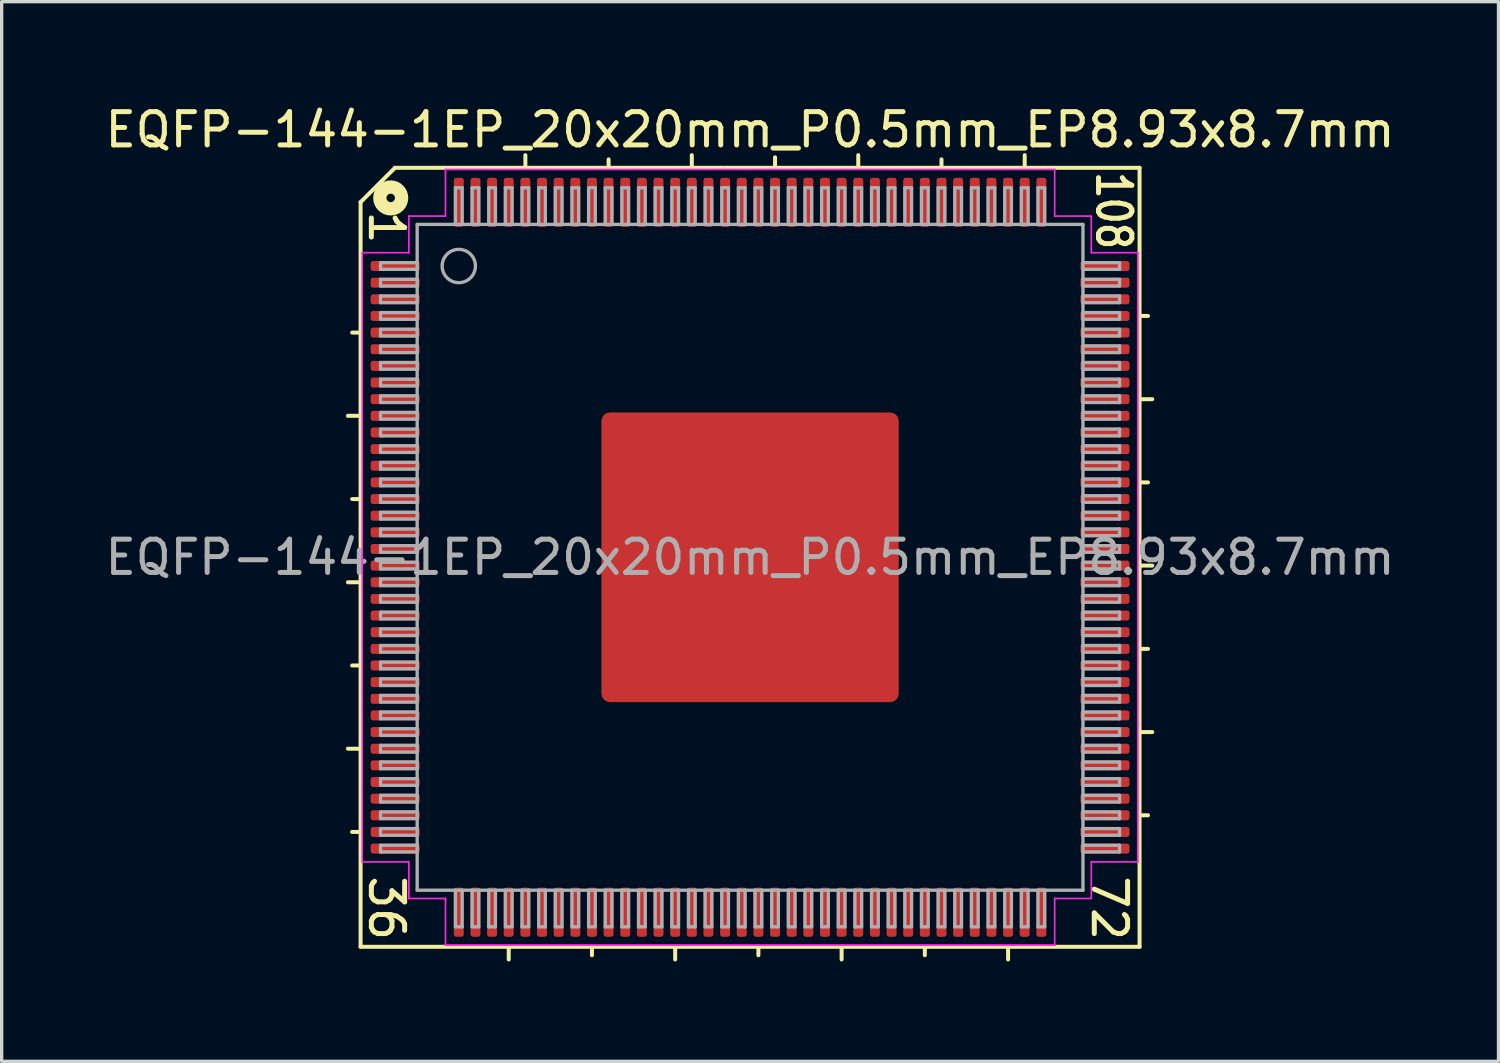
<source format=kicad_pcb>
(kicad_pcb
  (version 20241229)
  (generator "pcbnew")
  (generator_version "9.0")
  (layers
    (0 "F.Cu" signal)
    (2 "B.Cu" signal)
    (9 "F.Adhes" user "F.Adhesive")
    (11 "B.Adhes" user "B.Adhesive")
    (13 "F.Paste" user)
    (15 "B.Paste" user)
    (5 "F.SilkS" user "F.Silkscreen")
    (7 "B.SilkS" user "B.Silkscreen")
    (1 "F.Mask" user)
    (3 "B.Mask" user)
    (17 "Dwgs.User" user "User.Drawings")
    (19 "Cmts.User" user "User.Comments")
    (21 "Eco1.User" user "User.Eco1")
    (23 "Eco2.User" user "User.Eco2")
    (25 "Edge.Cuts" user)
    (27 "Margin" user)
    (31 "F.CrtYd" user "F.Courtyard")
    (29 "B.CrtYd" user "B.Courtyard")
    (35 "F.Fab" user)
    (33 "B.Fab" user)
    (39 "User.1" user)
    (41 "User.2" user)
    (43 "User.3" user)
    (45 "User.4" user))
  (footprint "EQFP-144-1EP_20x20mm_P0.5mm_EP8.93x8.7mm"
    (layer "F.Cu")
    (at 19.482 13.691)
    (property "Reference" "EQFP-144-1EP_20x20mm_P0.5mm_EP8.93x8.7mm" (at 0 -12.843 0) (layer "F.SilkS") (effects (font (size 1 1) (thickness 0.15))))
    (attr smd)
    (fp_line (start -11.7 -10.668) (end -11.7 11.7) (stroke (width 0.12) (type solid)) (layer "F.SilkS"))
    (fp_line (start -11.7 -6.75) (end -11.954 -6.75) (stroke (width 0.12) (type solid)) (layer "F.SilkS"))
    (fp_line (start -11.7 -4.25) (end -12.081 -4.25) (stroke (width 0.12) (type solid)) (layer "F.SilkS"))
    (fp_line (start -11.7 -1.75) (end -11.954 -1.75) (stroke (width 0.12) (type solid)) (layer "F.SilkS"))
    (fp_line (start -11.7 0.75) (end -12.081 0.75) (stroke (width 0.12) (type solid)) (layer "F.SilkS"))
    (fp_line (start -11.7 3.25) (end -11.954 3.25) (stroke (width 0.12) (type solid)) (layer "F.SilkS"))
    (fp_line (start -11.7 5.75) (end -12.081 5.75) (stroke (width 0.12) (type solid)) (layer "F.SilkS"))
    (fp_line (start -11.7 8.25) (end -11.954 8.25) (stroke (width 0.12) (type solid)) (layer "F.SilkS"))
    (fp_line (start -11.7 11.7) (end 11.7 11.7) (stroke (width 0.12) (type solid)) (layer "F.SilkS"))
    (fp_line (start -10.668 -11.7) (end -11.7 -10.668) (stroke (width 0.12) (type solid)) (layer "F.SilkS"))
    (fp_line (start -7.25 11.7) (end -7.25 12.081) (stroke (width 0.12) (type solid)) (layer "F.SilkS"))
    (fp_line (start -6.75 -11.7) (end -6.75 -12.081) (stroke (width 0.12) (type solid)) (layer "F.SilkS"))
    (fp_line (start -4.75 11.7) (end -4.75 11.954) (stroke (width 0.12) (type solid)) (layer "F.SilkS"))
    (fp_line (start -4.25 -11.7) (end -4.25 -11.954) (stroke (width 0.12) (type solid)) (layer "F.SilkS"))
    (fp_line (start -2.25 11.7) (end -2.25 12.081) (stroke (width 0.12) (type solid)) (layer "F.SilkS"))
    (fp_line (start -1.75 -11.7) (end -1.75 -12.081) (stroke (width 0.12) (type solid)) (layer "F.SilkS"))
    (fp_line (start -0.889 -11.7) (end -10.668 -11.7) (stroke (width 0.12) (type solid)) (layer "F.SilkS"))
    (fp_line (start 0.25 11.7) (end 0.25 11.954) (stroke (width 0.12) (type solid)) (layer "F.SilkS"))
    (fp_line (start 0.75 -11.766) (end 0.75 -12.016) (stroke (width 0.12) (type solid)) (layer "F.SilkS"))
    (fp_line (start 2.75 11.7) (end 2.75 12.081) (stroke (width 0.12) (type solid)) (layer "F.SilkS"))
    (fp_line (start 3.25 -11.7) (end 3.25 -12.081) (stroke (width 0.12) (type solid)) (layer "F.SilkS"))
    (fp_line (start 5.25 11.7) (end 5.25 11.954) (stroke (width 0.12) (type solid)) (layer "F.SilkS"))
    (fp_line (start 5.75 -11.7) (end 5.75 -11.954) (stroke (width 0.12) (type solid)) (layer "F.SilkS"))
    (fp_line (start 7.75 11.7) (end 7.75 12.081) (stroke (width 0.12) (type solid)) (layer "F.SilkS"))
    (fp_line (start 8.25 -11.7) (end 8.25 -12.081) (stroke (width 0.12) (type solid)) (layer "F.SilkS"))
    (fp_line (start 11.7 -11.7) (end -0.889 -11.7) (stroke (width 0.12) (type solid)) (layer "F.SilkS"))
    (fp_line (start 11.7 -7.25) (end 11.954 -7.25) (stroke (width 0.12) (type solid)) (layer "F.SilkS"))
    (fp_line (start 11.7 -4.75) (end 12.081 -4.75) (stroke (width 0.12) (type solid)) (layer "F.SilkS"))
    (fp_line (start 11.7 -2.25) (end 11.954 -2.25) (stroke (width 0.12) (type solid)) (layer "F.SilkS"))
    (fp_line (start 11.7 0.25) (end 12.081 0.25) (stroke (width 0.12) (type solid)) (layer "F.SilkS"))
    (fp_line (start 11.7 2.75) (end 11.954 2.75) (stroke (width 0.12) (type solid)) (layer "F.SilkS"))
    (fp_line (start 11.7 5.25) (end 12.081 5.25) (stroke (width 0.12) (type solid)) (layer "F.SilkS"))
    (fp_line (start 11.7 7.75) (end 11.954 7.75) (stroke (width 0.12) (type solid)) (layer "F.SilkS"))
    (fp_line (start 11.7 11.7) (end 11.7 -11.7) (stroke (width 0.12) (type solid)) (layer "F.SilkS"))
    (fp_circle (center -10.795 -10.795) (end -10.668 -10.795) (stroke (width 0.4) (type solid)) (fill no) (layer "F.SilkS"))
    (fp_line (start -11.65 -9.15) (end -11.65 0) (stroke (width 0.05) (type solid)) (layer "F.CrtYd"))
    (fp_line (start -11.65 9.15) (end -11.65 0) (stroke (width 0.05) (type solid)) (layer "F.CrtYd"))
    (fp_line (start -10.25 -10.25) (end -10.25 -9.15) (stroke (width 0.05) (type solid)) (layer "F.CrtYd"))
    (fp_line (start -10.25 -9.15) (end -11.65 -9.15) (stroke (width 0.05) (type solid)) (layer "F.CrtYd"))
    (fp_line (start -10.25 9.15) (end -11.65 9.15) (stroke (width 0.05) (type solid)) (layer "F.CrtYd"))
    (fp_line (start -10.25 10.25) (end -10.25 9.15) (stroke (width 0.05) (type solid)) (layer "F.CrtYd"))
    (fp_line (start -9.15 -11.65) (end -9.15 -10.25) (stroke (width 0.05) (type solid)) (layer "F.CrtYd"))
    (fp_line (start -9.15 -10.25) (end -10.25 -10.25) (stroke (width 0.05) (type solid)) (layer "F.CrtYd"))
    (fp_line (start -9.15 10.25) (end -10.25 10.25) (stroke (width 0.05) (type solid)) (layer "F.CrtYd"))
    (fp_line (start -9.15 11.65) (end -9.15 10.25) (stroke (width 0.05) (type solid)) (layer "F.CrtYd"))
    (fp_line (start 0 -11.65) (end -9.15 -11.65) (stroke (width 0.05) (type solid)) (layer "F.CrtYd"))
    (fp_line (start 0 -11.65) (end 9.15 -11.65) (stroke (width 0.05) (type solid)) (layer "F.CrtYd"))
    (fp_line (start 0 11.65) (end -9.15 11.65) (stroke (width 0.05) (type solid)) (layer "F.CrtYd"))
    (fp_line (start 0 11.65) (end 9.15 11.65) (stroke (width 0.05) (type solid)) (layer "F.CrtYd"))
    (fp_line (start 9.15 -11.65) (end 9.15 -10.25) (stroke (width 0.05) (type solid)) (layer "F.CrtYd"))
    (fp_line (start 9.15 -10.25) (end 10.25 -10.25) (stroke (width 0.05) (type solid)) (layer "F.CrtYd"))
    (fp_line (start 9.15 10.25) (end 10.25 10.25) (stroke (width 0.05) (type solid)) (layer "F.CrtYd"))
    (fp_line (start 9.15 11.65) (end 9.15 10.25) (stroke (width 0.05) (type solid)) (layer "F.CrtYd"))
    (fp_line (start 10.25 -10.25) (end 10.25 -9.15) (stroke (width 0.05) (type solid)) (layer "F.CrtYd"))
    (fp_line (start 10.25 -9.15) (end 11.65 -9.15) (stroke (width 0.05) (type solid)) (layer "F.CrtYd"))
    (fp_line (start 10.25 9.15) (end 11.65 9.15) (stroke (width 0.05) (type solid)) (layer "F.CrtYd"))
    (fp_line (start 10.25 10.25) (end 10.25 9.15) (stroke (width 0.05) (type solid)) (layer "F.CrtYd"))
    (fp_line (start 11.65 -9.15) (end 11.65 0) (stroke (width 0.05) (type solid)) (layer "F.CrtYd"))
    (fp_line (start 11.65 9.15) (end 11.65 0) (stroke (width 0.05) (type solid)) (layer "F.CrtYd"))
    (fp_line (start -11.1 -8.85) (end -11.1 -8.65) (stroke (width 0.1) (type solid)) (layer "F.Fab"))
    (fp_line (start -11.1 -8.85) (end -10 -8.85) (stroke (width 0.1) (type solid)) (layer "F.Fab"))
    (fp_line (start -11.1 -8.65) (end -10 -8.65) (stroke (width 0.1) (type solid)) (layer "F.Fab"))
    (fp_line (start -11.1 -8.35) (end -11.1 -8.15) (stroke (width 0.1) (type solid)) (layer "F.Fab"))
    (fp_line (start -11.1 -8.35) (end -10 -8.35) (stroke (width 0.1) (type solid)) (layer "F.Fab"))
    (fp_line (start -11.1 -8.15) (end -10 -8.15) (stroke (width 0.1) (type solid)) (layer "F.Fab"))
    (fp_line (start -11.1 -7.85) (end -11.1 -7.65) (stroke (width 0.1) (type solid)) (layer "F.Fab"))
    (fp_line (start -11.1 -7.85) (end -10 -7.85) (stroke (width 0.1) (type solid)) (layer "F.Fab"))
    (fp_line (start -11.1 -7.65) (end -10 -7.65) (stroke (width 0.1) (type solid)) (layer "F.Fab"))
    (fp_line (start -11.1 -7.35) (end -11.1 -7.15) (stroke (width 0.1) (type solid)) (layer "F.Fab"))
    (fp_line (start -11.1 -7.35) (end -10 -7.35) (stroke (width 0.1) (type solid)) (layer "F.Fab"))
    (fp_line (start -11.1 -7.15) (end -10 -7.15) (stroke (width 0.1) (type solid)) (layer "F.Fab"))
    (fp_line (start -11.1 -6.85) (end -11.1 -6.65) (stroke (width 0.1) (type solid)) (layer "F.Fab"))
    (fp_line (start -11.1 -6.85) (end -10 -6.85) (stroke (width 0.1) (type solid)) (layer "F.Fab"))
    (fp_line (start -11.1 -6.65) (end -10 -6.65) (stroke (width 0.1) (type solid)) (layer "F.Fab"))
    (fp_line (start -11.1 -6.35) (end -11.1 -6.15) (stroke (width 0.1) (type solid)) (layer "F.Fab"))
    (fp_line (start -11.1 -6.35) (end -10 -6.35) (stroke (width 0.1) (type solid)) (layer "F.Fab"))
    (fp_line (start -11.1 -6.15) (end -10 -6.15) (stroke (width 0.1) (type solid)) (layer "F.Fab"))
    (fp_line (start -11.1 -5.85) (end -11.1 -5.65) (stroke (width 0.1) (type solid)) (layer "F.Fab"))
    (fp_line (start -11.1 -5.85) (end -10 -5.85) (stroke (width 0.1) (type solid)) (layer "F.Fab"))
    (fp_line (start -11.1 -5.65) (end -10 -5.65) (stroke (width 0.1) (type solid)) (layer "F.Fab"))
    (fp_line (start -11.1 -5.35) (end -11.1 -5.15) (stroke (width 0.1) (type solid)) (layer "F.Fab"))
    (fp_line (start -11.1 -5.35) (end -10 -5.35) (stroke (width 0.1) (type solid)) (layer "F.Fab"))
    (fp_line (start -11.1 -5.15) (end -10 -5.15) (stroke (width 0.1) (type solid)) (layer "F.Fab"))
    (fp_line (start -11.1 -4.85) (end -11.1 -4.65) (stroke (width 0.1) (type solid)) (layer "F.Fab"))
    (fp_line (start -11.1 -4.85) (end -10 -4.85) (stroke (width 0.1) (type solid)) (layer "F.Fab"))
    (fp_line (start -11.1 -4.65) (end -10 -4.65) (stroke (width 0.1) (type solid)) (layer "F.Fab"))
    (fp_line (start -11.1 -4.35) (end -11.1 -4.15) (stroke (width 0.1) (type solid)) (layer "F.Fab"))
    (fp_line (start -11.1 -4.35) (end -10 -4.35) (stroke (width 0.1) (type solid)) (layer "F.Fab"))
    (fp_line (start -11.1 -4.15) (end -10 -4.15) (stroke (width 0.1) (type solid)) (layer "F.Fab"))
    (fp_line (start -11.1 -3.85) (end -11.1 -3.65) (stroke (width 0.1) (type solid)) (layer "F.Fab"))
    (fp_line (start -11.1 -3.85) (end -10 -3.85) (stroke (width 0.1) (type solid)) (layer "F.Fab"))
    (fp_line (start -11.1 -3.65) (end -10 -3.65) (stroke (width 0.1) (type solid)) (layer "F.Fab"))
    (fp_line (start -11.1 -3.35) (end -11.1 -3.15) (stroke (width 0.1) (type solid)) (layer "F.Fab"))
    (fp_line (start -11.1 -3.35) (end -10 -3.35) (stroke (width 0.1) (type solid)) (layer "F.Fab"))
    (fp_line (start -11.1 -3.15) (end -10 -3.15) (stroke (width 0.1) (type solid)) (layer "F.Fab"))
    (fp_line (start -11.1 -2.85) (end -11.1 -2.65) (stroke (width 0.1) (type solid)) (layer "F.Fab"))
    (fp_line (start -11.1 -2.85) (end -10 -2.85) (stroke (width 0.1) (type solid)) (layer "F.Fab"))
    (fp_line (start -11.1 -2.65) (end -10 -2.65) (stroke (width 0.1) (type solid)) (layer "F.Fab"))
    (fp_line (start -11.1 -2.35) (end -11.1 -2.15) (stroke (width 0.1) (type solid)) (layer "F.Fab"))
    (fp_line (start -11.1 -2.35) (end -10 -2.35) (stroke (width 0.1) (type solid)) (layer "F.Fab"))
    (fp_line (start -11.1 -2.15) (end -10 -2.15) (stroke (width 0.1) (type solid)) (layer "F.Fab"))
    (fp_line (start -11.1 -1.85) (end -11.1 -1.65) (stroke (width 0.1) (type solid)) (layer "F.Fab"))
    (fp_line (start -11.1 -1.85) (end -10 -1.85) (stroke (width 0.1) (type solid)) (layer "F.Fab"))
    (fp_line (start -11.1 -1.65) (end -10 -1.65) (stroke (width 0.1) (type solid)) (layer "F.Fab"))
    (fp_line (start -11.1 -1.35) (end -11.1 -1.15) (stroke (width 0.1) (type solid)) (layer "F.Fab"))
    (fp_line (start -11.1 -1.35) (end -10 -1.35) (stroke (width 0.1) (type solid)) (layer "F.Fab"))
    (fp_line (start -11.1 -1.15) (end -10 -1.15) (stroke (width 0.1) (type solid)) (layer "F.Fab"))
    (fp_line (start -11.1 -0.85) (end -11.1 -0.65) (stroke (width 0.1) (type solid)) (layer "F.Fab"))
    (fp_line (start -11.1 -0.85) (end -10 -0.85) (stroke (width 0.1) (type solid)) (layer "F.Fab"))
    (fp_line (start -11.1 -0.65) (end -10 -0.65) (stroke (width 0.1) (type solid)) (layer "F.Fab"))
    (fp_line (start -11.1 -0.35) (end -11.1 -0.15) (stroke (width 0.1) (type solid)) (layer "F.Fab"))
    (fp_line (start -11.1 -0.35) (end -10 -0.35) (stroke (width 0.1) (type solid)) (layer "F.Fab"))
    (fp_line (start -11.1 -0.15) (end -10 -0.15) (stroke (width 0.1) (type solid)) (layer "F.Fab"))
    (fp_line (start -11.1 0.15) (end -11.1 0.35) (stroke (width 0.1) (type solid)) (layer "F.Fab"))
    (fp_line (start -11.1 0.15) (end -10 0.15) (stroke (width 0.1) (type solid)) (layer "F.Fab"))
    (fp_line (start -11.1 0.35) (end -10 0.35) (stroke (width 0.1) (type solid)) (layer "F.Fab"))
    (fp_line (start -11.1 0.65) (end -11.1 0.85) (stroke (width 0.1) (type solid)) (layer "F.Fab"))
    (fp_line (start -11.1 0.65) (end -10 0.65) (stroke (width 0.1) (type solid)) (layer "F.Fab"))
    (fp_line (start -11.1 0.85) (end -10 0.85) (stroke (width 0.1) (type solid)) (layer "F.Fab"))
    (fp_line (start -11.1 1.15) (end -11.1 1.35) (stroke (width 0.1) (type solid)) (layer "F.Fab"))
    (fp_line (start -11.1 1.15) (end -10 1.15) (stroke (width 0.1) (type solid)) (layer "F.Fab"))
    (fp_line (start -11.1 1.35) (end -10 1.35) (stroke (width 0.1) (type solid)) (layer "F.Fab"))
    (fp_line (start -11.1 1.65) (end -11.1 1.85) (stroke (width 0.1) (type solid)) (layer "F.Fab"))
    (fp_line (start -11.1 1.65) (end -10 1.65) (stroke (width 0.1) (type solid)) (layer "F.Fab"))
    (fp_line (start -11.1 1.85) (end -10 1.85) (stroke (width 0.1) (type solid)) (layer "F.Fab"))
    (fp_line (start -11.1 2.15) (end -11.1 2.35) (stroke (width 0.1) (type solid)) (layer "F.Fab"))
    (fp_line (start -11.1 2.15) (end -10 2.15) (stroke (width 0.1) (type solid)) (layer "F.Fab"))
    (fp_line (start -11.1 2.35) (end -10 2.35) (stroke (width 0.1) (type solid)) (layer "F.Fab"))
    (fp_line (start -11.1 2.65) (end -11.1 2.85) (stroke (width 0.1) (type solid)) (layer "F.Fab"))
    (fp_line (start -11.1 2.65) (end -10 2.65) (stroke (width 0.1) (type solid)) (layer "F.Fab"))
    (fp_line (start -11.1 2.85) (end -10 2.85) (stroke (width 0.1) (type solid)) (layer "F.Fab"))
    (fp_line (start -11.1 3.15) (end -11.1 3.35) (stroke (width 0.1) (type solid)) (layer "F.Fab"))
    (fp_line (start -11.1 3.15) (end -10 3.15) (stroke (width 0.1) (type solid)) (layer "F.Fab"))
    (fp_line (start -11.1 3.35) (end -10 3.35) (stroke (width 0.1) (type solid)) (layer "F.Fab"))
    (fp_line (start -11.1 3.65) (end -11.1 3.85) (stroke (width 0.1) (type solid)) (layer "F.Fab"))
    (fp_line (start -11.1 3.65) (end -10 3.65) (stroke (width 0.1) (type solid)) (layer "F.Fab"))
    (fp_line (start -11.1 3.85) (end -10 3.85) (stroke (width 0.1) (type solid)) (layer "F.Fab"))
    (fp_line (start -11.1 4.15) (end -11.1 4.35) (stroke (width 0.1) (type solid)) (layer "F.Fab"))
    (fp_line (start -11.1 4.15) (end -10 4.15) (stroke (width 0.1) (type solid)) (layer "F.Fab"))
    (fp_line (start -11.1 4.35) (end -10 4.35) (stroke (width 0.1) (type solid)) (layer "F.Fab"))
    (fp_line (start -11.1 4.65) (end -11.1 4.85) (stroke (width 0.1) (type solid)) (layer "F.Fab"))
    (fp_line (start -11.1 4.65) (end -10 4.65) (stroke (width 0.1) (type solid)) (layer "F.Fab"))
    (fp_line (start -11.1 4.85) (end -10 4.85) (stroke (width 0.1) (type solid)) (layer "F.Fab"))
    (fp_line (start -11.1 5.15) (end -11.1 5.35) (stroke (width 0.1) (type solid)) (layer "F.Fab"))
    (fp_line (start -11.1 5.15) (end -10 5.15) (stroke (width 0.1) (type solid)) (layer "F.Fab"))
    (fp_line (start -11.1 5.35) (end -10 5.35) (stroke (width 0.1) (type solid)) (layer "F.Fab"))
    (fp_line (start -11.1 5.65) (end -11.1 5.85) (stroke (width 0.1) (type solid)) (layer "F.Fab"))
    (fp_line (start -11.1 5.65) (end -10 5.65) (stroke (width 0.1) (type solid)) (layer "F.Fab"))
    (fp_line (start -11.1 5.85) (end -10 5.85) (stroke (width 0.1) (type solid)) (layer "F.Fab"))
    (fp_line (start -11.1 6.15) (end -11.1 6.35) (stroke (width 0.1) (type solid)) (layer "F.Fab"))
    (fp_line (start -11.1 6.15) (end -10 6.15) (stroke (width 0.1) (type solid)) (layer "F.Fab"))
    (fp_line (start -11.1 6.35) (end -10 6.35) (stroke (width 0.1) (type solid)) (layer "F.Fab"))
    (fp_line (start -11.1 6.65) (end -11.1 6.85) (stroke (width 0.1) (type solid)) (layer "F.Fab"))
    (fp_line (start -11.1 6.65) (end -10 6.65) (stroke (width 0.1) (type solid)) (layer "F.Fab"))
    (fp_line (start -11.1 6.85) (end -10 6.85) (stroke (width 0.1) (type solid)) (layer "F.Fab"))
    (fp_line (start -11.1 7.15) (end -11.1 7.35) (stroke (width 0.1) (type solid)) (layer "F.Fab"))
    (fp_line (start -11.1 7.15) (end -10 7.15) (stroke (width 0.1) (type solid)) (layer "F.Fab"))
    (fp_line (start -11.1 7.35) (end -10 7.35) (stroke (width 0.1) (type solid)) (layer "F.Fab"))
    (fp_line (start -11.1 7.65) (end -11.1 7.85) (stroke (width 0.1) (type solid)) (layer "F.Fab"))
    (fp_line (start -11.1 7.65) (end -10 7.65) (stroke (width 0.1) (type solid)) (layer "F.Fab"))
    (fp_line (start -11.1 7.85) (end -10 7.85) (stroke (width 0.1) (type solid)) (layer "F.Fab"))
    (fp_line (start -11.1 8.15) (end -11.1 8.35) (stroke (width 0.1) (type solid)) (layer "F.Fab"))
    (fp_line (start -11.1 8.15) (end -10 8.15) (stroke (width 0.1) (type solid)) (layer "F.Fab"))
    (fp_line (start -11.1 8.35) (end -10 8.35) (stroke (width 0.1) (type solid)) (layer "F.Fab"))
    (fp_line (start -11.1 8.65) (end -11.1 8.85) (stroke (width 0.1) (type solid)) (layer "F.Fab"))
    (fp_line (start -11.1 8.65) (end -10 8.65) (stroke (width 0.1) (type solid)) (layer "F.Fab"))
    (fp_line (start -11.1 8.85) (end -10 8.85) (stroke (width 0.1) (type solid)) (layer "F.Fab"))
    (fp_line (start -10 -10) (end 10 -10) (stroke (width 0.1) (type solid)) (layer "F.Fab"))
    (fp_line (start -10 10) (end -10 -10) (stroke (width 0.1) (type solid)) (layer "F.Fab"))
    (fp_line (start -8.85 -11.1) (end -8.85 -10) (stroke (width 0.1) (type solid)) (layer "F.Fab"))
    (fp_line (start -8.85 11.1) (end -8.85 10) (stroke (width 0.1) (type solid)) (layer "F.Fab"))
    (fp_line (start -8.85 11.1) (end -8.65 11.1) (stroke (width 0.1) (type solid)) (layer "F.Fab"))
    (fp_line (start -8.65 -11.1) (end -8.85 -11.1) (stroke (width 0.1) (type solid)) (layer "F.Fab"))
    (fp_line (start -8.65 -11.1) (end -8.65 -10) (stroke (width 0.1) (type solid)) (layer "F.Fab"))
    (fp_line (start -8.65 11.1) (end -8.65 10) (stroke (width 0.1) (type solid)) (layer "F.Fab"))
    (fp_line (start -8.35 -11.1) (end -8.35 -10) (stroke (width 0.1) (type solid)) (layer "F.Fab"))
    (fp_line (start -8.35 11.1) (end -8.35 10) (stroke (width 0.1) (type solid)) (layer "F.Fab"))
    (fp_line (start -8.35 11.1) (end -8.15 11.1) (stroke (width 0.1) (type solid)) (layer "F.Fab"))
    (fp_line (start -8.15 -11.1) (end -8.35 -11.1) (stroke (width 0.1) (type solid)) (layer "F.Fab"))
    (fp_line (start -8.15 -11.1) (end -8.15 -10) (stroke (width 0.1) (type solid)) (layer "F.Fab"))
    (fp_line (start -8.15 11.1) (end -8.15 10) (stroke (width 0.1) (type solid)) (layer "F.Fab"))
    (fp_line (start -7.85 -11.1) (end -7.85 -10) (stroke (width 0.1) (type solid)) (layer "F.Fab"))
    (fp_line (start -7.85 11.1) (end -7.85 10) (stroke (width 0.1) (type solid)) (layer "F.Fab"))
    (fp_line (start -7.85 11.1) (end -7.65 11.1) (stroke (width 0.1) (type solid)) (layer "F.Fab"))
    (fp_line (start -7.65 -11.1) (end -7.85 -11.1) (stroke (width 0.1) (type solid)) (layer "F.Fab"))
    (fp_line (start -7.65 -11.1) (end -7.65 -10) (stroke (width 0.1) (type solid)) (layer "F.Fab"))
    (fp_line (start -7.65 11.1) (end -7.65 10) (stroke (width 0.1) (type solid)) (layer "F.Fab"))
    (fp_line (start -7.35 -11.1) (end -7.35 -10) (stroke (width 0.1) (type solid)) (layer "F.Fab"))
    (fp_line (start -7.35 11.1) (end -7.35 10) (stroke (width 0.1) (type solid)) (layer "F.Fab"))
    (fp_line (start -7.35 11.1) (end -7.15 11.1) (stroke (width 0.1) (type solid)) (layer "F.Fab"))
    (fp_line (start -7.15 -11.1) (end -7.35 -11.1) (stroke (width 0.1) (type solid)) (layer "F.Fab"))
    (fp_line (start -7.15 -11.1) (end -7.15 -10) (stroke (width 0.1) (type solid)) (layer "F.Fab"))
    (fp_line (start -7.15 11.1) (end -7.15 10) (stroke (width 0.1) (type solid)) (layer "F.Fab"))
    (fp_line (start -6.85 -11.1) (end -6.85 -10) (stroke (width 0.1) (type solid)) (layer "F.Fab"))
    (fp_line (start -6.85 11.1) (end -6.85 10) (stroke (width 0.1) (type solid)) (layer "F.Fab"))
    (fp_line (start -6.85 11.1) (end -6.65 11.1) (stroke (width 0.1) (type solid)) (layer "F.Fab"))
    (fp_line (start -6.65 -11.1) (end -6.85 -11.1) (stroke (width 0.1) (type solid)) (layer "F.Fab"))
    (fp_line (start -6.65 -11.1) (end -6.65 -10) (stroke (width 0.1) (type solid)) (layer "F.Fab"))
    (fp_line (start -6.65 11.1) (end -6.65 10) (stroke (width 0.1) (type solid)) (layer "F.Fab"))
    (fp_line (start -6.35 -11.1) (end -6.35 -10) (stroke (width 0.1) (type solid)) (layer "F.Fab"))
    (fp_line (start -6.35 11.1) (end -6.35 10) (stroke (width 0.1) (type solid)) (layer "F.Fab"))
    (fp_line (start -6.35 11.1) (end -6.15 11.1) (stroke (width 0.1) (type solid)) (layer "F.Fab"))
    (fp_line (start -6.15 -11.1) (end -6.35 -11.1) (stroke (width 0.1) (type solid)) (layer "F.Fab"))
    (fp_line (start -6.15 -11.1) (end -6.15 -10) (stroke (width 0.1) (type solid)) (layer "F.Fab"))
    (fp_line (start -6.15 11.1) (end -6.15 10) (stroke (width 0.1) (type solid)) (layer "F.Fab"))
    (fp_line (start -5.85 -11.1) (end -5.85 -10) (stroke (width 0.1) (type solid)) (layer "F.Fab"))
    (fp_line (start -5.85 11.1) (end -5.85 10) (stroke (width 0.1) (type solid)) (layer "F.Fab"))
    (fp_line (start -5.85 11.1) (end -5.65 11.1) (stroke (width 0.1) (type solid)) (layer "F.Fab"))
    (fp_line (start -5.65 -11.1) (end -5.85 -11.1) (stroke (width 0.1) (type solid)) (layer "F.Fab"))
    (fp_line (start -5.65 -11.1) (end -5.65 -10) (stroke (width 0.1) (type solid)) (layer "F.Fab"))
    (fp_line (start -5.65 11.1) (end -5.65 10) (stroke (width 0.1) (type solid)) (layer "F.Fab"))
    (fp_line (start -5.35 -11.1) (end -5.35 -10) (stroke (width 0.1) (type solid)) (layer "F.Fab"))
    (fp_line (start -5.35 11.1) (end -5.35 10) (stroke (width 0.1) (type solid)) (layer "F.Fab"))
    (fp_line (start -5.35 11.1) (end -5.15 11.1) (stroke (width 0.1) (type solid)) (layer "F.Fab"))
    (fp_line (start -5.15 -11.1) (end -5.35 -11.1) (stroke (width 0.1) (type solid)) (layer "F.Fab"))
    (fp_line (start -5.15 -11.1) (end -5.15 -10) (stroke (width 0.1) (type solid)) (layer "F.Fab"))
    (fp_line (start -5.15 11.1) (end -5.15 10) (stroke (width 0.1) (type solid)) (layer "F.Fab"))
    (fp_line (start -4.85 -11.1) (end -4.85 -10) (stroke (width 0.1) (type solid)) (layer "F.Fab"))
    (fp_line (start -4.85 11.1) (end -4.85 10) (stroke (width 0.1) (type solid)) (layer "F.Fab"))
    (fp_line (start -4.85 11.1) (end -4.65 11.1) (stroke (width 0.1) (type solid)) (layer "F.Fab"))
    (fp_line (start -4.65 -11.1) (end -4.85 -11.1) (stroke (width 0.1) (type solid)) (layer "F.Fab"))
    (fp_line (start -4.65 -11.1) (end -4.65 -10) (stroke (width 0.1) (type solid)) (layer "F.Fab"))
    (fp_line (start -4.65 11.1) (end -4.65 10) (stroke (width 0.1) (type solid)) (layer "F.Fab"))
    (fp_line (start -4.35 -11.1) (end -4.35 -10) (stroke (width 0.1) (type solid)) (layer "F.Fab"))
    (fp_line (start -4.35 11.1) (end -4.35 10) (stroke (width 0.1) (type solid)) (layer "F.Fab"))
    (fp_line (start -4.35 11.1) (end -4.15 11.1) (stroke (width 0.1) (type solid)) (layer "F.Fab"))
    (fp_line (start -4.15 -11.1) (end -4.35 -11.1) (stroke (width 0.1) (type solid)) (layer "F.Fab"))
    (fp_line (start -4.15 -11.1) (end -4.15 -10) (stroke (width 0.1) (type solid)) (layer "F.Fab"))
    (fp_line (start -4.15 11.1) (end -4.15 10) (stroke (width 0.1) (type solid)) (layer "F.Fab"))
    (fp_line (start -3.85 -11.1) (end -3.85 -10) (stroke (width 0.1) (type solid)) (layer "F.Fab"))
    (fp_line (start -3.85 11.1) (end -3.85 10) (stroke (width 0.1) (type solid)) (layer "F.Fab"))
    (fp_line (start -3.85 11.1) (end -3.65 11.1) (stroke (width 0.1) (type solid)) (layer "F.Fab"))
    (fp_line (start -3.65 -11.1) (end -3.85 -11.1) (stroke (width 0.1) (type solid)) (layer "F.Fab"))
    (fp_line (start -3.65 -11.1) (end -3.65 -10) (stroke (width 0.1) (type solid)) (layer "F.Fab"))
    (fp_line (start -3.65 11.1) (end -3.65 10) (stroke (width 0.1) (type solid)) (layer "F.Fab"))
    (fp_line (start -3.35 -11.1) (end -3.35 -10) (stroke (width 0.1) (type solid)) (layer "F.Fab"))
    (fp_line (start -3.35 11.1) (end -3.35 10) (stroke (width 0.1) (type solid)) (layer "F.Fab"))
    (fp_line (start -3.35 11.1) (end -3.15 11.1) (stroke (width 0.1) (type solid)) (layer "F.Fab"))
    (fp_line (start -3.15 -11.1) (end -3.35 -11.1) (stroke (width 0.1) (type solid)) (layer "F.Fab"))
    (fp_line (start -3.15 -11.1) (end -3.15 -10) (stroke (width 0.1) (type solid)) (layer "F.Fab"))
    (fp_line (start -3.15 11.1) (end -3.15 10) (stroke (width 0.1) (type solid)) (layer "F.Fab"))
    (fp_line (start -2.85 -11.1) (end -2.85 -10) (stroke (width 0.1) (type solid)) (layer "F.Fab"))
    (fp_line (start -2.85 11.1) (end -2.85 10) (stroke (width 0.1) (type solid)) (layer "F.Fab"))
    (fp_line (start -2.85 11.1) (end -2.65 11.1) (stroke (width 0.1) (type solid)) (layer "F.Fab"))
    (fp_line (start -2.65 -11.1) (end -2.85 -11.1) (stroke (width 0.1) (type solid)) (layer "F.Fab"))
    (fp_line (start -2.65 -11.1) (end -2.65 -10) (stroke (width 0.1) (type solid)) (layer "F.Fab"))
    (fp_line (start -2.65 11.1) (end -2.65 10) (stroke (width 0.1) (type solid)) (layer "F.Fab"))
    (fp_line (start -2.35 -11.1) (end -2.35 -10) (stroke (width 0.1) (type solid)) (layer "F.Fab"))
    (fp_line (start -2.35 11.1) (end -2.35 10) (stroke (width 0.1) (type solid)) (layer "F.Fab"))
    (fp_line (start -2.35 11.1) (end -2.15 11.1) (stroke (width 0.1) (type solid)) (layer "F.Fab"))
    (fp_line (start -2.15 -11.1) (end -2.35 -11.1) (stroke (width 0.1) (type solid)) (layer "F.Fab"))
    (fp_line (start -2.15 -11.1) (end -2.15 -10) (stroke (width 0.1) (type solid)) (layer "F.Fab"))
    (fp_line (start -2.15 11.1) (end -2.15 10) (stroke (width 0.1) (type solid)) (layer "F.Fab"))
    (fp_line (start -1.85 -11.1) (end -1.85 -10) (stroke (width 0.1) (type solid)) (layer "F.Fab"))
    (fp_line (start -1.85 11.1) (end -1.85 10) (stroke (width 0.1) (type solid)) (layer "F.Fab"))
    (fp_line (start -1.85 11.1) (end -1.65 11.1) (stroke (width 0.1) (type solid)) (layer "F.Fab"))
    (fp_line (start -1.65 -11.1) (end -1.85 -11.1) (stroke (width 0.1) (type solid)) (layer "F.Fab"))
    (fp_line (start -1.65 -11.1) (end -1.65 -10) (stroke (width 0.1) (type solid)) (layer "F.Fab"))
    (fp_line (start -1.65 11.1) (end -1.65 10) (stroke (width 0.1) (type solid)) (layer "F.Fab"))
    (fp_line (start -1.35 -11.1) (end -1.35 -10) (stroke (width 0.1) (type solid)) (layer "F.Fab"))
    (fp_line (start -1.35 11.1) (end -1.35 10) (stroke (width 0.1) (type solid)) (layer "F.Fab"))
    (fp_line (start -1.35 11.1) (end -1.15 11.1) (stroke (width 0.1) (type solid)) (layer "F.Fab"))
    (fp_line (start -1.15 -11.1) (end -1.35 -11.1) (stroke (width 0.1) (type solid)) (layer "F.Fab"))
    (fp_line (start -1.15 -11.1) (end -1.15 -10) (stroke (width 0.1) (type solid)) (layer "F.Fab"))
    (fp_line (start -1.15 11.1) (end -1.15 10) (stroke (width 0.1) (type solid)) (layer "F.Fab"))
    (fp_line (start -0.85 -11.1) (end -0.85 -10) (stroke (width 0.1) (type solid)) (layer "F.Fab"))
    (fp_line (start -0.85 11.1) (end -0.85 10) (stroke (width 0.1) (type solid)) (layer "F.Fab"))
    (fp_line (start -0.85 11.1) (end -0.65 11.1) (stroke (width 0.1) (type solid)) (layer "F.Fab"))
    (fp_line (start -0.65 -11.1) (end -0.85 -11.1) (stroke (width 0.1) (type solid)) (layer "F.Fab"))
    (fp_line (start -0.65 -11.1) (end -0.65 -10) (stroke (width 0.1) (type solid)) (layer "F.Fab"))
    (fp_line (start -0.65 11.1) (end -0.65 10) (stroke (width 0.1) (type solid)) (layer "F.Fab"))
    (fp_line (start -0.35 -11.1) (end -0.35 -10) (stroke (width 0.1) (type solid)) (layer "F.Fab"))
    (fp_line (start -0.35 11.1) (end -0.35 10) (stroke (width 0.1) (type solid)) (layer "F.Fab"))
    (fp_line (start -0.35 11.1) (end -0.15 11.1) (stroke (width 0.1) (type solid)) (layer "F.Fab"))
    (fp_line (start -0.15 -11.1) (end -0.35 -11.1) (stroke (width 0.1) (type solid)) (layer "F.Fab"))
    (fp_line (start -0.15 -11.1) (end -0.15 -10) (stroke (width 0.1) (type solid)) (layer "F.Fab"))
    (fp_line (start -0.15 11.1) (end -0.15 10) (stroke (width 0.1) (type solid)) (layer "F.Fab"))
    (fp_line (start 0.15 -11.1) (end 0.15 -10) (stroke (width 0.1) (type solid)) (layer "F.Fab"))
    (fp_line (start 0.15 11.1) (end 0.15 10) (stroke (width 0.1) (type solid)) (layer "F.Fab"))
    (fp_line (start 0.15 11.1) (end 0.35 11.1) (stroke (width 0.1) (type solid)) (layer "F.Fab"))
    (fp_line (start 0.35 -11.1) (end 0.15 -11.1) (stroke (width 0.1) (type solid)) (layer "F.Fab"))
    (fp_line (start 0.35 -11.1) (end 0.35 -10) (stroke (width 0.1) (type solid)) (layer "F.Fab"))
    (fp_line (start 0.35 11.1) (end 0.35 10) (stroke (width 0.1) (type solid)) (layer "F.Fab"))
    (fp_line (start 0.65 -11.1) (end 0.65 -10) (stroke (width 0.1) (type solid)) (layer "F.Fab"))
    (fp_line (start 0.65 11.1) (end 0.65 10) (stroke (width 0.1) (type solid)) (layer "F.Fab"))
    (fp_line (start 0.65 11.1) (end 0.85 11.1) (stroke (width 0.1) (type solid)) (layer "F.Fab"))
    (fp_line (start 0.85 -11.1) (end 0.65 -11.1) (stroke (width 0.1) (type solid)) (layer "F.Fab"))
    (fp_line (start 0.85 -11.1) (end 0.85 -10) (stroke (width 0.1) (type solid)) (layer "F.Fab"))
    (fp_line (start 0.85 11.1) (end 0.85 10) (stroke (width 0.1) (type solid)) (layer "F.Fab"))
    (fp_line (start 1.15 -11.1) (end 1.15 -10) (stroke (width 0.1) (type solid)) (layer "F.Fab"))
    (fp_line (start 1.15 11.1) (end 1.15 10) (stroke (width 0.1) (type solid)) (layer "F.Fab"))
    (fp_line (start 1.15 11.1) (end 1.35 11.1) (stroke (width 0.1) (type solid)) (layer "F.Fab"))
    (fp_line (start 1.35 -11.1) (end 1.15 -11.1) (stroke (width 0.1) (type solid)) (layer "F.Fab"))
    (fp_line (start 1.35 -11.1) (end 1.35 -10) (stroke (width 0.1) (type solid)) (layer "F.Fab"))
    (fp_line (start 1.35 11.1) (end 1.35 10) (stroke (width 0.1) (type solid)) (layer "F.Fab"))
    (fp_line (start 1.65 -11.1) (end 1.65 -10) (stroke (width 0.1) (type solid)) (layer "F.Fab"))
    (fp_line (start 1.65 11.1) (end 1.65 10) (stroke (width 0.1) (type solid)) (layer "F.Fab"))
    (fp_line (start 1.65 11.1) (end 1.85 11.1) (stroke (width 0.1) (type solid)) (layer "F.Fab"))
    (fp_line (start 1.85 -11.1) (end 1.65 -11.1) (stroke (width 0.1) (type solid)) (layer "F.Fab"))
    (fp_line (start 1.85 -11.1) (end 1.85 -10) (stroke (width 0.1) (type solid)) (layer "F.Fab"))
    (fp_line (start 1.85 11.1) (end 1.85 10) (stroke (width 0.1) (type solid)) (layer "F.Fab"))
    (fp_line (start 2.15 -11.1) (end 2.15 -10) (stroke (width 0.1) (type solid)) (layer "F.Fab"))
    (fp_line (start 2.15 11.1) (end 2.15 10) (stroke (width 0.1) (type solid)) (layer "F.Fab"))
    (fp_line (start 2.15 11.1) (end 2.35 11.1) (stroke (width 0.1) (type solid)) (layer "F.Fab"))
    (fp_line (start 2.35 -11.1) (end 2.15 -11.1) (stroke (width 0.1) (type solid)) (layer "F.Fab"))
    (fp_line (start 2.35 -11.1) (end 2.35 -10) (stroke (width 0.1) (type solid)) (layer "F.Fab"))
    (fp_line (start 2.35 11.1) (end 2.35 10) (stroke (width 0.1) (type solid)) (layer "F.Fab"))
    (fp_line (start 2.65 -11.1) (end 2.65 -10) (stroke (width 0.1) (type solid)) (layer "F.Fab"))
    (fp_line (start 2.65 11.1) (end 2.65 10) (stroke (width 0.1) (type solid)) (layer "F.Fab"))
    (fp_line (start 2.65 11.1) (end 2.85 11.1) (stroke (width 0.1) (type solid)) (layer "F.Fab"))
    (fp_line (start 2.85 -11.1) (end 2.65 -11.1) (stroke (width 0.1) (type solid)) (layer "F.Fab"))
    (fp_line (start 2.85 -11.1) (end 2.85 -10) (stroke (width 0.1) (type solid)) (layer "F.Fab"))
    (fp_line (start 2.85 11.1) (end 2.85 10) (stroke (width 0.1) (type solid)) (layer "F.Fab"))
    (fp_line (start 3.15 -11.1) (end 3.15 -10) (stroke (width 0.1) (type solid)) (layer "F.Fab"))
    (fp_line (start 3.15 11.1) (end 3.15 10) (stroke (width 0.1) (type solid)) (layer "F.Fab"))
    (fp_line (start 3.15 11.1) (end 3.35 11.1) (stroke (width 0.1) (type solid)) (layer "F.Fab"))
    (fp_line (start 3.35 -11.1) (end 3.15 -11.1) (stroke (width 0.1) (type solid)) (layer "F.Fab"))
    (fp_line (start 3.35 -11.1) (end 3.35 -10) (stroke (width 0.1) (type solid)) (layer "F.Fab"))
    (fp_line (start 3.35 11.1) (end 3.35 10) (stroke (width 0.1) (type solid)) (layer "F.Fab"))
    (fp_line (start 3.65 -11.1) (end 3.65 -10) (stroke (width 0.1) (type solid)) (layer "F.Fab"))
    (fp_line (start 3.65 11.1) (end 3.65 10) (stroke (width 0.1) (type solid)) (layer "F.Fab"))
    (fp_line (start 3.65 11.1) (end 3.85 11.1) (stroke (width 0.1) (type solid)) (layer "F.Fab"))
    (fp_line (start 3.85 -11.1) (end 3.65 -11.1) (stroke (width 0.1) (type solid)) (layer "F.Fab"))
    (fp_line (start 3.85 -11.1) (end 3.85 -10) (stroke (width 0.1) (type solid)) (layer "F.Fab"))
    (fp_line (start 3.85 11.1) (end 3.85 10) (stroke (width 0.1) (type solid)) (layer "F.Fab"))
    (fp_line (start 4.15 -11.1) (end 4.15 -10) (stroke (width 0.1) (type solid)) (layer "F.Fab"))
    (fp_line (start 4.15 11.1) (end 4.15 10) (stroke (width 0.1) (type solid)) (layer "F.Fab"))
    (fp_line (start 4.15 11.1) (end 4.35 11.1) (stroke (width 0.1) (type solid)) (layer "F.Fab"))
    (fp_line (start 4.35 -11.1) (end 4.15 -11.1) (stroke (width 0.1) (type solid)) (layer "F.Fab"))
    (fp_line (start 4.35 -11.1) (end 4.35 -10) (stroke (width 0.1) (type solid)) (layer "F.Fab"))
    (fp_line (start 4.35 11.1) (end 4.35 10) (stroke (width 0.1) (type solid)) (layer "F.Fab"))
    (fp_line (start 4.65 -11.1) (end 4.65 -10) (stroke (width 0.1) (type solid)) (layer "F.Fab"))
    (fp_line (start 4.65 11.1) (end 4.65 10) (stroke (width 0.1) (type solid)) (layer "F.Fab"))
    (fp_line (start 4.65 11.1) (end 4.85 11.1) (stroke (width 0.1) (type solid)) (layer "F.Fab"))
    (fp_line (start 4.85 -11.1) (end 4.65 -11.1) (stroke (width 0.1) (type solid)) (layer "F.Fab"))
    (fp_line (start 4.85 -11.1) (end 4.85 -10) (stroke (width 0.1) (type solid)) (layer "F.Fab"))
    (fp_line (start 4.85 11.1) (end 4.85 10) (stroke (width 0.1) (type solid)) (layer "F.Fab"))
    (fp_line (start 5.15 -11.1) (end 5.15 -10) (stroke (width 0.1) (type solid)) (layer "F.Fab"))
    (fp_line (start 5.15 11.1) (end 5.15 10) (stroke (width 0.1) (type solid)) (layer "F.Fab"))
    (fp_line (start 5.15 11.1) (end 5.35 11.1) (stroke (width 0.1) (type solid)) (layer "F.Fab"))
    (fp_line (start 5.35 -11.1) (end 5.15 -11.1) (stroke (width 0.1) (type solid)) (layer "F.Fab"))
    (fp_line (start 5.35 -11.1) (end 5.35 -10) (stroke (width 0.1) (type solid)) (layer "F.Fab"))
    (fp_line (start 5.35 11.1) (end 5.35 10) (stroke (width 0.1) (type solid)) (layer "F.Fab"))
    (fp_line (start 5.65 -11.1) (end 5.65 -10) (stroke (width 0.1) (type solid)) (layer "F.Fab"))
    (fp_line (start 5.65 11.1) (end 5.65 10) (stroke (width 0.1) (type solid)) (layer "F.Fab"))
    (fp_line (start 5.65 11.1) (end 5.85 11.1) (stroke (width 0.1) (type solid)) (layer "F.Fab"))
    (fp_line (start 5.85 -11.1) (end 5.65 -11.1) (stroke (width 0.1) (type solid)) (layer "F.Fab"))
    (fp_line (start 5.85 -11.1) (end 5.85 -10) (stroke (width 0.1) (type solid)) (layer "F.Fab"))
    (fp_line (start 5.85 11.1) (end 5.85 10) (stroke (width 0.1) (type solid)) (layer "F.Fab"))
    (fp_line (start 6.15 -11.1) (end 6.15 -10) (stroke (width 0.1) (type solid)) (layer "F.Fab"))
    (fp_line (start 6.15 11.1) (end 6.15 10) (stroke (width 0.1) (type solid)) (layer "F.Fab"))
    (fp_line (start 6.15 11.1) (end 6.35 11.1) (stroke (width 0.1) (type solid)) (layer "F.Fab"))
    (fp_line (start 6.35 -11.1) (end 6.15 -11.1) (stroke (width 0.1) (type solid)) (layer "F.Fab"))
    (fp_line (start 6.35 -11.1) (end 6.35 -10) (stroke (width 0.1) (type solid)) (layer "F.Fab"))
    (fp_line (start 6.35 11.1) (end 6.35 10) (stroke (width 0.1) (type solid)) (layer "F.Fab"))
    (fp_line (start 6.65 -11.1) (end 6.65 -10) (stroke (width 0.1) (type solid)) (layer "F.Fab"))
    (fp_line (start 6.65 11.1) (end 6.65 10) (stroke (width 0.1) (type solid)) (layer "F.Fab"))
    (fp_line (start 6.65 11.1) (end 6.85 11.1) (stroke (width 0.1) (type solid)) (layer "F.Fab"))
    (fp_line (start 6.85 -11.1) (end 6.65 -11.1) (stroke (width 0.1) (type solid)) (layer "F.Fab"))
    (fp_line (start 6.85 -11.1) (end 6.85 -10) (stroke (width 0.1) (type solid)) (layer "F.Fab"))
    (fp_line (start 6.85 11.1) (end 6.85 10) (stroke (width 0.1) (type solid)) (layer "F.Fab"))
    (fp_line (start 7.15 -11.1) (end 7.15 -10) (stroke (width 0.1) (type solid)) (layer "F.Fab"))
    (fp_line (start 7.15 11.1) (end 7.15 10) (stroke (width 0.1) (type solid)) (layer "F.Fab"))
    (fp_line (start 7.15 11.1) (end 7.35 11.1) (stroke (width 0.1) (type solid)) (layer "F.Fab"))
    (fp_line (start 7.35 -11.1) (end 7.15 -11.1) (stroke (width 0.1) (type solid)) (layer "F.Fab"))
    (fp_line (start 7.35 -11.1) (end 7.35 -10) (stroke (width 0.1) (type solid)) (layer "F.Fab"))
    (fp_line (start 7.35 11.1) (end 7.35 10) (stroke (width 0.1) (type solid)) (layer "F.Fab"))
    (fp_line (start 7.65 -11.1) (end 7.65 -10) (stroke (width 0.1) (type solid)) (layer "F.Fab"))
    (fp_line (start 7.65 11.1) (end 7.65 10) (stroke (width 0.1) (type solid)) (layer "F.Fab"))
    (fp_line (start 7.65 11.1) (end 7.85 11.1) (stroke (width 0.1) (type solid)) (layer "F.Fab"))
    (fp_line (start 7.85 -11.1) (end 7.65 -11.1) (stroke (width 0.1) (type solid)) (layer "F.Fab"))
    (fp_line (start 7.85 -11.1) (end 7.85 -10) (stroke (width 0.1) (type solid)) (layer "F.Fab"))
    (fp_line (start 7.85 11.1) (end 7.85 10) (stroke (width 0.1) (type solid)) (layer "F.Fab"))
    (fp_line (start 8.15 -11.1) (end 8.15 -10) (stroke (width 0.1) (type solid)) (layer "F.Fab"))
    (fp_line (start 8.15 11.1) (end 8.15 10) (stroke (width 0.1) (type solid)) (layer "F.Fab"))
    (fp_line (start 8.15 11.1) (end 8.35 11.1) (stroke (width 0.1) (type solid)) (layer "F.Fab"))
    (fp_line (start 8.35 -11.1) (end 8.15 -11.1) (stroke (width 0.1) (type solid)) (layer "F.Fab"))
    (fp_line (start 8.35 -11.1) (end 8.35 -10) (stroke (width 0.1) (type solid)) (layer "F.Fab"))
    (fp_line (start 8.35 11.1) (end 8.35 10) (stroke (width 0.1) (type solid)) (layer "F.Fab"))
    (fp_line (start 8.65 -11.1) (end 8.65 -10) (stroke (width 0.1) (type solid)) (layer "F.Fab"))
    (fp_line (start 8.65 11.1) (end 8.65 10) (stroke (width 0.1) (type solid)) (layer "F.Fab"))
    (fp_line (start 8.65 11.1) (end 8.85 11.1) (stroke (width 0.1) (type solid)) (layer "F.Fab"))
    (fp_line (start 8.85 -11.1) (end 8.65 -11.1) (stroke (width 0.1) (type solid)) (layer "F.Fab"))
    (fp_line (start 8.85 -11.1) (end 8.85 -10) (stroke (width 0.1) (type solid)) (layer "F.Fab"))
    (fp_line (start 8.85 11.1) (end 8.85 10) (stroke (width 0.1) (type solid)) (layer "F.Fab"))
    (fp_line (start 10 -10) (end 10 10) (stroke (width 0.1) (type solid)) (layer "F.Fab"))
    (fp_line (start 10 10) (end -10 10) (stroke (width 0.1) (type solid)) (layer "F.Fab"))
    (fp_line (start 11.1 -8.85) (end 10 -8.85) (stroke (width 0.1) (type solid)) (layer "F.Fab"))
    (fp_line (start 11.1 -8.65) (end 10 -8.65) (stroke (width 0.1) (type solid)) (layer "F.Fab"))
    (fp_line (start 11.1 -8.65) (end 11.1 -8.85) (stroke (width 0.1) (type solid)) (layer "F.Fab"))
    (fp_line (start 11.1 -8.35) (end 10 -8.35) (stroke (width 0.1) (type solid)) (layer "F.Fab"))
    (fp_line (start 11.1 -8.15) (end 10 -8.15) (stroke (width 0.1) (type solid)) (layer "F.Fab"))
    (fp_line (start 11.1 -8.15) (end 11.1 -8.35) (stroke (width 0.1) (type solid)) (layer "F.Fab"))
    (fp_line (start 11.1 -7.85) (end 10 -7.85) (stroke (width 0.1) (type solid)) (layer "F.Fab"))
    (fp_line (start 11.1 -7.65) (end 10 -7.65) (stroke (width 0.1) (type solid)) (layer "F.Fab"))
    (fp_line (start 11.1 -7.65) (end 11.1 -7.85) (stroke (width 0.1) (type solid)) (layer "F.Fab"))
    (fp_line (start 11.1 -7.35) (end 10 -7.35) (stroke (width 0.1) (type solid)) (layer "F.Fab"))
    (fp_line (start 11.1 -7.15) (end 10 -7.15) (stroke (width 0.1) (type solid)) (layer "F.Fab"))
    (fp_line (start 11.1 -7.15) (end 11.1 -7.35) (stroke (width 0.1) (type solid)) (layer "F.Fab"))
    (fp_line (start 11.1 -6.85) (end 10 -6.85) (stroke (width 0.1) (type solid)) (layer "F.Fab"))
    (fp_line (start 11.1 -6.65) (end 10 -6.65) (stroke (width 0.1) (type solid)) (layer "F.Fab"))
    (fp_line (start 11.1 -6.65) (end 11.1 -6.85) (stroke (width 0.1) (type solid)) (layer "F.Fab"))
    (fp_line (start 11.1 -6.35) (end 10 -6.35) (stroke (width 0.1) (type solid)) (layer "F.Fab"))
    (fp_line (start 11.1 -6.15) (end 10 -6.15) (stroke (width 0.1) (type solid)) (layer "F.Fab"))
    (fp_line (start 11.1 -6.15) (end 11.1 -6.35) (stroke (width 0.1) (type solid)) (layer "F.Fab"))
    (fp_line (start 11.1 -5.85) (end 10 -5.85) (stroke (width 0.1) (type solid)) (layer "F.Fab"))
    (fp_line (start 11.1 -5.65) (end 10 -5.65) (stroke (width 0.1) (type solid)) (layer "F.Fab"))
    (fp_line (start 11.1 -5.65) (end 11.1 -5.85) (stroke (width 0.1) (type solid)) (layer "F.Fab"))
    (fp_line (start 11.1 -5.35) (end 10 -5.35) (stroke (width 0.1) (type solid)) (layer "F.Fab"))
    (fp_line (start 11.1 -5.15) (end 10 -5.15) (stroke (width 0.1) (type solid)) (layer "F.Fab"))
    (fp_line (start 11.1 -5.15) (end 11.1 -5.35) (stroke (width 0.1) (type solid)) (layer "F.Fab"))
    (fp_line (start 11.1 -4.85) (end 10 -4.85) (stroke (width 0.1) (type solid)) (layer "F.Fab"))
    (fp_line (start 11.1 -4.65) (end 10 -4.65) (stroke (width 0.1) (type solid)) (layer "F.Fab"))
    (fp_line (start 11.1 -4.65) (end 11.1 -4.85) (stroke (width 0.1) (type solid)) (layer "F.Fab"))
    (fp_line (start 11.1 -4.35) (end 10 -4.35) (stroke (width 0.1) (type solid)) (layer "F.Fab"))
    (fp_line (start 11.1 -4.15) (end 10 -4.15) (stroke (width 0.1) (type solid)) (layer "F.Fab"))
    (fp_line (start 11.1 -4.15) (end 11.1 -4.35) (stroke (width 0.1) (type solid)) (layer "F.Fab"))
    (fp_line (start 11.1 -3.85) (end 10 -3.85) (stroke (width 0.1) (type solid)) (layer "F.Fab"))
    (fp_line (start 11.1 -3.65) (end 10 -3.65) (stroke (width 0.1) (type solid)) (layer "F.Fab"))
    (fp_line (start 11.1 -3.65) (end 11.1 -3.85) (stroke (width 0.1) (type solid)) (layer "F.Fab"))
    (fp_line (start 11.1 -3.35) (end 10 -3.35) (stroke (width 0.1) (type solid)) (layer "F.Fab"))
    (fp_line (start 11.1 -3.15) (end 10 -3.15) (stroke (width 0.1) (type solid)) (layer "F.Fab"))
    (fp_line (start 11.1 -3.15) (end 11.1 -3.35) (stroke (width 0.1) (type solid)) (layer "F.Fab"))
    (fp_line (start 11.1 -2.85) (end 10 -2.85) (stroke (width 0.1) (type solid)) (layer "F.Fab"))
    (fp_line (start 11.1 -2.65) (end 10 -2.65) (stroke (width 0.1) (type solid)) (layer "F.Fab"))
    (fp_line (start 11.1 -2.65) (end 11.1 -2.85) (stroke (width 0.1) (type solid)) (layer "F.Fab"))
    (fp_line (start 11.1 -2.35) (end 10 -2.35) (stroke (width 0.1) (type solid)) (layer "F.Fab"))
    (fp_line (start 11.1 -2.15) (end 10 -2.15) (stroke (width 0.1) (type solid)) (layer "F.Fab"))
    (fp_line (start 11.1 -2.15) (end 11.1 -2.35) (stroke (width 0.1) (type solid)) (layer "F.Fab"))
    (fp_line (start 11.1 -1.85) (end 10 -1.85) (stroke (width 0.1) (type solid)) (layer "F.Fab"))
    (fp_line (start 11.1 -1.65) (end 10 -1.65) (stroke (width 0.1) (type solid)) (layer "F.Fab"))
    (fp_line (start 11.1 -1.65) (end 11.1 -1.85) (stroke (width 0.1) (type solid)) (layer "F.Fab"))
    (fp_line (start 11.1 -1.35) (end 10 -1.35) (stroke (width 0.1) (type solid)) (layer "F.Fab"))
    (fp_line (start 11.1 -1.15) (end 10 -1.15) (stroke (width 0.1) (type solid)) (layer "F.Fab"))
    (fp_line (start 11.1 -1.15) (end 11.1 -1.35) (stroke (width 0.1) (type solid)) (layer "F.Fab"))
    (fp_line (start 11.1 -0.85) (end 10 -0.85) (stroke (width 0.1) (type solid)) (layer "F.Fab"))
    (fp_line (start 11.1 -0.65) (end 10 -0.65) (stroke (width 0.1) (type solid)) (layer "F.Fab"))
    (fp_line (start 11.1 -0.65) (end 11.1 -0.85) (stroke (width 0.1) (type solid)) (layer "F.Fab"))
    (fp_line (start 11.1 -0.35) (end 10 -0.35) (stroke (width 0.1) (type solid)) (layer "F.Fab"))
    (fp_line (start 11.1 -0.15) (end 10 -0.15) (stroke (width 0.1) (type solid)) (layer "F.Fab"))
    (fp_line (start 11.1 -0.15) (end 11.1 -0.35) (stroke (width 0.1) (type solid)) (layer "F.Fab"))
    (fp_line (start 11.1 0.15) (end 10 0.15) (stroke (width 0.1) (type solid)) (layer "F.Fab"))
    (fp_line (start 11.1 0.35) (end 10 0.35) (stroke (width 0.1) (type solid)) (layer "F.Fab"))
    (fp_line (start 11.1 0.35) (end 11.1 0.15) (stroke (width 0.1) (type solid)) (layer "F.Fab"))
    (fp_line (start 11.1 0.65) (end 10 0.65) (stroke (width 0.1) (type solid)) (layer "F.Fab"))
    (fp_line (start 11.1 0.85) (end 10 0.85) (stroke (width 0.1) (type solid)) (layer "F.Fab"))
    (fp_line (start 11.1 0.85) (end 11.1 0.65) (stroke (width 0.1) (type solid)) (layer "F.Fab"))
    (fp_line (start 11.1 1.15) (end 10 1.15) (stroke (width 0.1) (type solid)) (layer "F.Fab"))
    (fp_line (start 11.1 1.35) (end 10 1.35) (stroke (width 0.1) (type solid)) (layer "F.Fab"))
    (fp_line (start 11.1 1.35) (end 11.1 1.15) (stroke (width 0.1) (type solid)) (layer "F.Fab"))
    (fp_line (start 11.1 1.65) (end 10 1.65) (stroke (width 0.1) (type solid)) (layer "F.Fab"))
    (fp_line (start 11.1 1.85) (end 10 1.85) (stroke (width 0.1) (type solid)) (layer "F.Fab"))
    (fp_line (start 11.1 1.85) (end 11.1 1.65) (stroke (width 0.1) (type solid)) (layer "F.Fab"))
    (fp_line (start 11.1 2.15) (end 10 2.15) (stroke (width 0.1) (type solid)) (layer "F.Fab"))
    (fp_line (start 11.1 2.35) (end 10 2.35) (stroke (width 0.1) (type solid)) (layer "F.Fab"))
    (fp_line (start 11.1 2.35) (end 11.1 2.15) (stroke (width 0.1) (type solid)) (layer "F.Fab"))
    (fp_line (start 11.1 2.65) (end 10 2.65) (stroke (width 0.1) (type solid)) (layer "F.Fab"))
    (fp_line (start 11.1 2.85) (end 10 2.85) (stroke (width 0.1) (type solid)) (layer "F.Fab"))
    (fp_line (start 11.1 2.85) (end 11.1 2.65) (stroke (width 0.1) (type solid)) (layer "F.Fab"))
    (fp_line (start 11.1 3.15) (end 10 3.15) (stroke (width 0.1) (type solid)) (layer "F.Fab"))
    (fp_line (start 11.1 3.35) (end 10 3.35) (stroke (width 0.1) (type solid)) (layer "F.Fab"))
    (fp_line (start 11.1 3.35) (end 11.1 3.15) (stroke (width 0.1) (type solid)) (layer "F.Fab"))
    (fp_line (start 11.1 3.65) (end 10 3.65) (stroke (width 0.1) (type solid)) (layer "F.Fab"))
    (fp_line (start 11.1 3.85) (end 10 3.85) (stroke (width 0.1) (type solid)) (layer "F.Fab"))
    (fp_line (start 11.1 3.85) (end 11.1 3.65) (stroke (width 0.1) (type solid)) (layer "F.Fab"))
    (fp_line (start 11.1 4.15) (end 10 4.15) (stroke (width 0.1) (type solid)) (layer "F.Fab"))
    (fp_line (start 11.1 4.35) (end 10 4.35) (stroke (width 0.1) (type solid)) (layer "F.Fab"))
    (fp_line (start 11.1 4.35) (end 11.1 4.15) (stroke (width 0.1) (type solid)) (layer "F.Fab"))
    (fp_line (start 11.1 4.65) (end 10 4.65) (stroke (width 0.1) (type solid)) (layer "F.Fab"))
    (fp_line (start 11.1 4.85) (end 10 4.85) (stroke (width 0.1) (type solid)) (layer "F.Fab"))
    (fp_line (start 11.1 4.85) (end 11.1 4.65) (stroke (width 0.1) (type solid)) (layer "F.Fab"))
    (fp_line (start 11.1 5.15) (end 10 5.15) (stroke (width 0.1) (type solid)) (layer "F.Fab"))
    (fp_line (start 11.1 5.35) (end 10 5.35) (stroke (width 0.1) (type solid)) (layer "F.Fab"))
    (fp_line (start 11.1 5.35) (end 11.1 5.15) (stroke (width 0.1) (type solid)) (layer "F.Fab"))
    (fp_line (start 11.1 5.65) (end 10 5.65) (stroke (width 0.1) (type solid)) (layer "F.Fab"))
    (fp_line (start 11.1 5.85) (end 10 5.85) (stroke (width 0.1) (type solid)) (layer "F.Fab"))
    (fp_line (start 11.1 5.85) (end 11.1 5.65) (stroke (width 0.1) (type solid)) (layer "F.Fab"))
    (fp_line (start 11.1 6.15) (end 10 6.15) (stroke (width 0.1) (type solid)) (layer "F.Fab"))
    (fp_line (start 11.1 6.35) (end 10 6.35) (stroke (width 0.1) (type solid)) (layer "F.Fab"))
    (fp_line (start 11.1 6.35) (end 11.1 6.15) (stroke (width 0.1) (type solid)) (layer "F.Fab"))
    (fp_line (start 11.1 6.65) (end 10 6.65) (stroke (width 0.1) (type solid)) (layer "F.Fab"))
    (fp_line (start 11.1 6.85) (end 10 6.85) (stroke (width 0.1) (type solid)) (layer "F.Fab"))
    (fp_line (start 11.1 6.85) (end 11.1 6.65) (stroke (width 0.1) (type solid)) (layer "F.Fab"))
    (fp_line (start 11.1 7.15) (end 10 7.15) (stroke (width 0.1) (type solid)) (layer "F.Fab"))
    (fp_line (start 11.1 7.35) (end 10 7.35) (stroke (width 0.1) (type solid)) (layer "F.Fab"))
    (fp_line (start 11.1 7.35) (end 11.1 7.15) (stroke (width 0.1) (type solid)) (layer "F.Fab"))
    (fp_line (start 11.1 7.65) (end 10 7.65) (stroke (width 0.1) (type solid)) (layer "F.Fab"))
    (fp_line (start 11.1 7.85) (end 10 7.85) (stroke (width 0.1) (type solid)) (layer "F.Fab"))
    (fp_line (start 11.1 7.85) (end 11.1 7.65) (stroke (width 0.1) (type solid)) (layer "F.Fab"))
    (fp_line (start 11.1 8.15) (end 10 8.15) (stroke (width 0.1) (type solid)) (layer "F.Fab"))
    (fp_line (start 11.1 8.35) (end 10 8.35) (stroke (width 0.1) (type solid)) (layer "F.Fab"))
    (fp_line (start 11.1 8.35) (end 11.1 8.15) (stroke (width 0.1) (type solid)) (layer "F.Fab"))
    (fp_line (start 11.1 8.65) (end 10 8.65) (stroke (width 0.1) (type solid)) (layer "F.Fab"))
    (fp_line (start 11.1 8.85) (end 10 8.85) (stroke (width 0.1) (type solid)) (layer "F.Fab"))
    (fp_line (start 11.1 8.85) (end 11.1 8.65) (stroke (width 0.1) (type solid)) (layer "F.Fab"))
    (fp_circle (center -8.75 -8.75) (end -8.25 -8.75) (stroke (width 0.1) (type solid)) (fill no) (layer "F.Fab"))
    (fp_text user "72" (at 10.795 10.541 270) (unlocked yes) (layer "F.SilkS") (effects (font (size 1 1) (thickness 0.15))))
    (fp_text user "1" (at -10.922 -9.906 270) (unlocked yes) (layer "F.SilkS") (effects (font (size 1 1) (thickness 0.15))))
    (fp_text user "36" (at -10.922 10.541 270) (unlocked yes) (layer "F.SilkS") (effects (font (size 1 1) (thickness 0.15))))
    (fp_text user "108" (at 10.922 -10.414 270) (unlocked yes) (layer "F.SilkS") (effects (font (size 1 0.8) (thickness 0.15))))
    (fp_text user "${REFERENCE}" (at 0 0 0) (layer "F.Fab") (effects (font (size 1 1) (thickness 0.15))))
    (pad "" smd roundrect (at -3.84 -3.72) (size 1.03 1) (layers "F.Paste") (roundrect_rratio 0.25))
    (pad "" smd roundrect (at -3.84 -2.48) (size 1.03 1) (layers "F.Paste") (roundrect_rratio 0.25))
    (pad "" smd roundrect (at -3.84 -1.24) (size 1.03 1) (layers "F.Paste") (roundrect_rratio 0.25))
    (pad "" smd roundrect (at -3.84 0) (size 1.03 1) (layers "F.Paste") (roundrect_rratio 0.25))
    (pad "" smd roundrect (at -3.84 1.24) (size 1.03 1) (layers "F.Paste") (roundrect_rratio 0.25))
    (pad "" smd roundrect (at -3.84 2.48) (size 1.03 1) (layers "F.Paste") (roundrect_rratio 0.25))
    (pad "" smd roundrect (at -3.84 3.72) (size 1.03 1) (layers "F.Paste") (roundrect_rratio 0.25))
    (pad "" smd roundrect (at -2.56 -3.72) (size 1.03 1) (layers "F.Paste") (roundrect_rratio 0.25))
    (pad "" smd roundrect (at -2.56 -2.48) (size 1.03 1) (layers "F.Paste") (roundrect_rratio 0.25))
    (pad "" smd roundrect (at -2.56 -1.24) (size 1.03 1) (layers "F.Paste") (roundrect_rratio 0.25))
    (pad "" smd roundrect (at -2.56 0) (size 1.03 1) (layers "F.Paste") (roundrect_rratio 0.25))
    (pad "" smd roundrect (at -2.56 1.24) (size 1.03 1) (layers "F.Paste") (roundrect_rratio 0.25))
    (pad "" smd roundrect (at -2.56 2.48) (size 1.03 1) (layers "F.Paste") (roundrect_rratio 0.25))
    (pad "" smd roundrect (at -2.56 3.72) (size 1.03 1) (layers "F.Paste") (roundrect_rratio 0.25))
    (pad "" smd roundrect (at -1.28 -3.72) (size 1.03 1) (layers "F.Paste") (roundrect_rratio 0.25))
    (pad "" smd roundrect (at -1.28 -2.48) (size 1.03 1) (layers "F.Paste") (roundrect_rratio 0.25))
    (pad "" smd roundrect (at -1.28 -1.24) (size 1.03 1) (layers "F.Paste") (roundrect_rratio 0.25))
    (pad "" smd roundrect (at -1.28 0) (size 1.03 1) (layers "F.Paste") (roundrect_rratio 0.25))
    (pad "" smd roundrect (at -1.28 1.24) (size 1.03 1) (layers "F.Paste") (roundrect_rratio 0.25))
    (pad "" smd roundrect (at -1.28 2.48) (size 1.03 1) (layers "F.Paste") (roundrect_rratio 0.25))
    (pad "" smd roundrect (at -1.28 3.72) (size 1.03 1) (layers "F.Paste") (roundrect_rratio 0.25))
    (pad "" smd roundrect (at 0 -3.72) (size 1.03 1) (layers "F.Paste") (roundrect_rratio 0.25))
    (pad "" smd roundrect (at 0 -2.48) (size 1.03 1) (layers "F.Paste") (roundrect_rratio 0.25))
    (pad "" smd roundrect (at 0 -1.24) (size 1.03 1) (layers "F.Paste") (roundrect_rratio 0.25))
    (pad "" smd roundrect (at 0 0) (size 1.03 1) (layers "F.Paste") (roundrect_rratio 0.25))
    (pad "" smd roundrect (at 0 1.24) (size 1.03 1) (layers "F.Paste") (roundrect_rratio 0.25))
    (pad "" smd roundrect (at 0 2.48) (size 1.03 1) (layers "F.Paste") (roundrect_rratio 0.25))
    (pad "" smd roundrect (at 0 3.72) (size 1.03 1) (layers "F.Paste") (roundrect_rratio 0.25))
    (pad "" smd roundrect (at 1.28 -3.72) (size 1.03 1) (layers "F.Paste") (roundrect_rratio 0.25))
    (pad "" smd roundrect (at 1.28 -2.48) (size 1.03 1) (layers "F.Paste") (roundrect_rratio 0.25))
    (pad "" smd roundrect (at 1.28 -1.24) (size 1.03 1) (layers "F.Paste") (roundrect_rratio 0.25))
    (pad "" smd roundrect (at 1.28 0) (size 1.03 1) (layers "F.Paste") (roundrect_rratio 0.25))
    (pad "" smd roundrect (at 1.28 1.24) (size 1.03 1) (layers "F.Paste") (roundrect_rratio 0.25))
    (pad "" smd roundrect (at 1.28 2.48) (size 1.03 1) (layers "F.Paste") (roundrect_rratio 0.25))
    (pad "" smd roundrect (at 1.28 3.72) (size 1.03 1) (layers "F.Paste") (roundrect_rratio 0.25))
    (pad "" smd roundrect (at 2.56 -3.72) (size 1.03 1) (layers "F.Paste") (roundrect_rratio 0.25))
    (pad "" smd roundrect (at 2.56 -2.48) (size 1.03 1) (layers "F.Paste") (roundrect_rratio 0.25))
    (pad "" smd roundrect (at 2.56 -1.24) (size 1.03 1) (layers "F.Paste") (roundrect_rratio 0.25))
    (pad "" smd roundrect (at 2.56 0) (size 1.03 1) (layers "F.Paste") (roundrect_rratio 0.25))
    (pad "" smd roundrect (at 2.56 1.24) (size 1.03 1) (layers "F.Paste") (roundrect_rratio 0.25))
    (pad "" smd roundrect (at 2.56 2.48) (size 1.03 1) (layers "F.Paste") (roundrect_rratio 0.25))
    (pad "" smd roundrect (at 2.56 3.72) (size 1.03 1) (layers "F.Paste") (roundrect_rratio 0.25))
    (pad "" smd roundrect (at 3.84 -3.72) (size 1.03 1) (layers "F.Paste") (roundrect_rratio 0.25))
    (pad "" smd roundrect (at 3.84 -2.48) (size 1.03 1) (layers "F.Paste") (roundrect_rratio 0.25))
    (pad "" smd roundrect (at 3.84 -1.24) (size 1.03 1) (layers "F.Paste") (roundrect_rratio 0.25))
    (pad "" smd roundrect (at 3.84 0) (size 1.03 1) (layers "F.Paste") (roundrect_rratio 0.25))
    (pad "" smd roundrect (at 3.84 1.24) (size 1.03 1) (layers "F.Paste") (roundrect_rratio 0.25))
    (pad "" smd roundrect (at 3.84 2.48) (size 1.03 1) (layers "F.Paste") (roundrect_rratio 0.25))
    (pad "" smd roundrect (at 3.84 3.72) (size 1.03 1) (layers "F.Paste") (roundrect_rratio 0.25))
    (pad "1" smd roundrect (at -10.662 -8.75) (size 1.475 0.3) (layers "F.Cu" "F.Mask" "F.Paste") (roundrect_rratio 0.25))
    (pad "2" smd roundrect (at -10.662 -8.25) (size 1.475 0.3) (layers "F.Cu" "F.Mask" "F.Paste") (roundrect_rratio 0.25))
    (pad "3" smd roundrect (at -10.662 -7.75) (size 1.475 0.3) (layers "F.Cu" "F.Mask" "F.Paste") (roundrect_rratio 0.25))
    (pad "4" smd roundrect (at -10.662 -7.25) (size 1.475 0.3) (layers "F.Cu" "F.Mask" "F.Paste") (roundrect_rratio 0.25))
    (pad "5" smd roundrect (at -10.662 -6.75) (size 1.475 0.3) (layers "F.Cu" "F.Mask" "F.Paste") (roundrect_rratio 0.25))
    (pad "6" smd roundrect (at -10.662 -6.25) (size 1.475 0.3) (layers "F.Cu" "F.Mask" "F.Paste") (roundrect_rratio 0.25))
    (pad "7" smd roundrect (at -10.662 -5.75) (size 1.475 0.3) (layers "F.Cu" "F.Mask" "F.Paste") (roundrect_rratio 0.25))
    (pad "8" smd roundrect (at -10.662 -5.25) (size 1.475 0.3) (layers "F.Cu" "F.Mask" "F.Paste") (roundrect_rratio 0.25))
    (pad "9" smd roundrect (at -10.662 -4.75) (size 1.475 0.3) (layers "F.Cu" "F.Mask" "F.Paste") (roundrect_rratio 0.25))
    (pad "10" smd roundrect (at -10.662 -4.25) (size 1.475 0.3) (layers "F.Cu" "F.Mask" "F.Paste") (roundrect_rratio 0.25))
    (pad "11" smd roundrect (at -10.662 -3.75) (size 1.475 0.3) (layers "F.Cu" "F.Mask" "F.Paste") (roundrect_rratio 0.25))
    (pad "12" smd roundrect (at -10.662 -3.25) (size 1.475 0.3) (layers "F.Cu" "F.Mask" "F.Paste") (roundrect_rratio 0.25))
    (pad "13" smd roundrect (at -10.662 -2.75) (size 1.475 0.3) (layers "F.Cu" "F.Mask" "F.Paste") (roundrect_rratio 0.25))
    (pad "14" smd roundrect (at -10.662 -2.25) (size 1.475 0.3) (layers "F.Cu" "F.Mask" "F.Paste") (roundrect_rratio 0.25))
    (pad "15" smd roundrect (at -10.662 -1.75) (size 1.475 0.3) (layers "F.Cu" "F.Mask" "F.Paste") (roundrect_rratio 0.25))
    (pad "16" smd roundrect (at -10.662 -1.25) (size 1.475 0.3) (layers "F.Cu" "F.Mask" "F.Paste") (roundrect_rratio 0.25))
    (pad "17" smd roundrect (at -10.662 -0.75) (size 1.475 0.3) (layers "F.Cu" "F.Mask" "F.Paste") (roundrect_rratio 0.25))
    (pad "18" smd roundrect (at -10.662 -0.25) (size 1.475 0.3) (layers "F.Cu" "F.Mask" "F.Paste") (roundrect_rratio 0.25))
    (pad "19" smd roundrect (at -10.662 0.25) (size 1.475 0.3) (layers "F.Cu" "F.Mask" "F.Paste") (roundrect_rratio 0.25))
    (pad "20" smd roundrect (at -10.662 0.75) (size 1.475 0.3) (layers "F.Cu" "F.Mask" "F.Paste") (roundrect_rratio 0.25))
    (pad "21" smd roundrect (at -10.662 1.25) (size 1.475 0.3) (layers "F.Cu" "F.Mask" "F.Paste") (roundrect_rratio 0.25))
    (pad "22" smd roundrect (at -10.662 1.75) (size 1.475 0.3) (layers "F.Cu" "F.Mask" "F.Paste") (roundrect_rratio 0.25))
    (pad "23" smd roundrect (at -10.662 2.25) (size 1.475 0.3) (layers "F.Cu" "F.Mask" "F.Paste") (roundrect_rratio 0.25))
    (pad "24" smd roundrect (at -10.662 2.75) (size 1.475 0.3) (layers "F.Cu" "F.Mask" "F.Paste") (roundrect_rratio 0.25))
    (pad "25" smd roundrect (at -10.662 3.25) (size 1.475 0.3) (layers "F.Cu" "F.Mask" "F.Paste") (roundrect_rratio 0.25))
    (pad "26" smd roundrect (at -10.662 3.75) (size 1.475 0.3) (layers "F.Cu" "F.Mask" "F.Paste") (roundrect_rratio 0.25))
    (pad "27" smd roundrect (at -10.662 4.25) (size 1.475 0.3) (layers "F.Cu" "F.Mask" "F.Paste") (roundrect_rratio 0.25))
    (pad "28" smd roundrect (at -10.662 4.75) (size 1.475 0.3) (layers "F.Cu" "F.Mask" "F.Paste") (roundrect_rratio 0.25))
    (pad "29" smd roundrect (at -10.662 5.25) (size 1.475 0.3) (layers "F.Cu" "F.Mask" "F.Paste") (roundrect_rratio 0.25))
    (pad "30" smd roundrect (at -10.662 5.75) (size 1.475 0.3) (layers "F.Cu" "F.Mask" "F.Paste") (roundrect_rratio 0.25))
    (pad "31" smd roundrect (at -10.662 6.25) (size 1.475 0.3) (layers "F.Cu" "F.Mask" "F.Paste") (roundrect_rratio 0.25))
    (pad "32" smd roundrect (at -10.662 6.75) (size 1.475 0.3) (layers "F.Cu" "F.Mask" "F.Paste") (roundrect_rratio 0.25))
    (pad "33" smd roundrect (at -10.662 7.25) (size 1.475 0.3) (layers "F.Cu" "F.Mask" "F.Paste") (roundrect_rratio 0.25))
    (pad "34" smd roundrect (at -10.662 7.75) (size 1.475 0.3) (layers "F.Cu" "F.Mask" "F.Paste") (roundrect_rratio 0.25))
    (pad "35" smd roundrect (at -10.662 8.25) (size 1.475 0.3) (layers "F.Cu" "F.Mask" "F.Paste") (roundrect_rratio 0.25))
    (pad "36" smd roundrect (at -10.662 8.75) (size 1.475 0.3) (layers "F.Cu" "F.Mask" "F.Paste") (roundrect_rratio 0.25))
    (pad "37" smd roundrect (at -8.75 10.662) (size 0.3 1.475) (layers "F.Cu" "F.Mask" "F.Paste") (roundrect_rratio 0.25))
    (pad "38" smd roundrect (at -8.25 10.662) (size 0.3 1.475) (layers "F.Cu" "F.Mask" "F.Paste") (roundrect_rratio 0.25))
    (pad "39" smd roundrect (at -7.75 10.662) (size 0.3 1.475) (layers "F.Cu" "F.Mask" "F.Paste") (roundrect_rratio 0.25))
    (pad "40" smd roundrect (at -7.25 10.662) (size 0.3 1.475) (layers "F.Cu" "F.Mask" "F.Paste") (roundrect_rratio 0.25))
    (pad "41" smd roundrect (at -6.75 10.662) (size 0.3 1.475) (layers "F.Cu" "F.Mask" "F.Paste") (roundrect_rratio 0.25))
    (pad "42" smd roundrect (at -6.25 10.662) (size 0.3 1.475) (layers "F.Cu" "F.Mask" "F.Paste") (roundrect_rratio 0.25))
    (pad "43" smd roundrect (at -5.75 10.662) (size 0.3 1.475) (layers "F.Cu" "F.Mask" "F.Paste") (roundrect_rratio 0.25))
    (pad "44" smd roundrect (at -5.25 10.662) (size 0.3 1.475) (layers "F.Cu" "F.Mask" "F.Paste") (roundrect_rratio 0.25))
    (pad "45" smd roundrect (at -4.75 10.662) (size 0.3 1.475) (layers "F.Cu" "F.Mask" "F.Paste") (roundrect_rratio 0.25))
    (pad "46" smd roundrect (at -4.25 10.662) (size 0.3 1.475) (layers "F.Cu" "F.Mask" "F.Paste") (roundrect_rratio 0.25))
    (pad "47" smd roundrect (at -3.75 10.662) (size 0.3 1.475) (layers "F.Cu" "F.Mask" "F.Paste") (roundrect_rratio 0.25))
    (pad "48" smd roundrect (at -3.25 10.662) (size 0.3 1.475) (layers "F.Cu" "F.Mask" "F.Paste") (roundrect_rratio 0.25))
    (pad "49" smd roundrect (at -2.75 10.662) (size 0.3 1.475) (layers "F.Cu" "F.Mask" "F.Paste") (roundrect_rratio 0.25))
    (pad "50" smd roundrect (at -2.25 10.662) (size 0.3 1.475) (layers "F.Cu" "F.Mask" "F.Paste") (roundrect_rratio 0.25))
    (pad "51" smd roundrect (at -1.75 10.662) (size 0.3 1.475) (layers "F.Cu" "F.Mask" "F.Paste") (roundrect_rratio 0.25))
    (pad "52" smd roundrect (at -1.25 10.662) (size 0.3 1.475) (layers "F.Cu" "F.Mask" "F.Paste") (roundrect_rratio 0.25))
    (pad "53" smd roundrect (at -0.75 10.662) (size 0.3 1.475) (layers "F.Cu" "F.Mask" "F.Paste") (roundrect_rratio 0.25))
    (pad "54" smd roundrect (at -0.25 10.662) (size 0.3 1.475) (layers "F.Cu" "F.Mask" "F.Paste") (roundrect_rratio 0.25))
    (pad "55" smd roundrect (at 0.25 10.662) (size 0.3 1.475) (layers "F.Cu" "F.Mask" "F.Paste") (roundrect_rratio 0.25))
    (pad "56" smd roundrect (at 0.75 10.662) (size 0.3 1.475) (layers "F.Cu" "F.Mask" "F.Paste") (roundrect_rratio 0.25))
    (pad "57" smd roundrect (at 1.25 10.662) (size 0.3 1.475) (layers "F.Cu" "F.Mask" "F.Paste") (roundrect_rratio 0.25))
    (pad "58" smd roundrect (at 1.75 10.662) (size 0.3 1.475) (layers "F.Cu" "F.Mask" "F.Paste") (roundrect_rratio 0.25))
    (pad "59" smd roundrect (at 2.25 10.662) (size 0.3 1.475) (layers "F.Cu" "F.Mask" "F.Paste") (roundrect_rratio 0.25))
    (pad "60" smd roundrect (at 2.75 10.662) (size 0.3 1.475) (layers "F.Cu" "F.Mask" "F.Paste") (roundrect_rratio 0.25))
    (pad "61" smd roundrect (at 3.25 10.662) (size 0.3 1.475) (layers "F.Cu" "F.Mask" "F.Paste") (roundrect_rratio 0.25))
    (pad "62" smd roundrect (at 3.75 10.662) (size 0.3 1.475) (layers "F.Cu" "F.Mask" "F.Paste") (roundrect_rratio 0.25))
    (pad "63" smd roundrect (at 4.25 10.662) (size 0.3 1.475) (layers "F.Cu" "F.Mask" "F.Paste") (roundrect_rratio 0.25))
    (pad "64" smd roundrect (at 4.75 10.662) (size 0.3 1.475) (layers "F.Cu" "F.Mask" "F.Paste") (roundrect_rratio 0.25))
    (pad "65" smd roundrect (at 5.25 10.662) (size 0.3 1.475) (layers "F.Cu" "F.Mask" "F.Paste") (roundrect_rratio 0.25))
    (pad "66" smd roundrect (at 5.75 10.662) (size 0.3 1.475) (layers "F.Cu" "F.Mask" "F.Paste") (roundrect_rratio 0.25))
    (pad "67" smd roundrect (at 6.25 10.662) (size 0.3 1.475) (layers "F.Cu" "F.Mask" "F.Paste") (roundrect_rratio 0.25))
    (pad "68" smd roundrect (at 6.75 10.662) (size 0.3 1.475) (layers "F.Cu" "F.Mask" "F.Paste") (roundrect_rratio 0.25))
    (pad "69" smd roundrect (at 7.25 10.662) (size 0.3 1.475) (layers "F.Cu" "F.Mask" "F.Paste") (roundrect_rratio 0.25))
    (pad "70" smd roundrect (at 7.75 10.662) (size 0.3 1.475) (layers "F.Cu" "F.Mask" "F.Paste") (roundrect_rratio 0.25))
    (pad "71" smd roundrect (at 8.25 10.662) (size 0.3 1.475) (layers "F.Cu" "F.Mask" "F.Paste") (roundrect_rratio 0.25))
    (pad "72" smd roundrect (at 8.75 10.662) (size 0.3 1.475) (layers "F.Cu" "F.Mask" "F.Paste") (roundrect_rratio 0.25))
    (pad "73" smd roundrect (at 10.662 8.75) (size 1.475 0.3) (layers "F.Cu" "F.Mask" "F.Paste") (roundrect_rratio 0.25))
    (pad "74" smd roundrect (at 10.662 8.25) (size 1.475 0.3) (layers "F.Cu" "F.Mask" "F.Paste") (roundrect_rratio 0.25))
    (pad "75" smd roundrect (at 10.662 7.75) (size 1.475 0.3) (layers "F.Cu" "F.Mask" "F.Paste") (roundrect_rratio 0.25))
    (pad "76" smd roundrect (at 10.662 7.25) (size 1.475 0.3) (layers "F.Cu" "F.Mask" "F.Paste") (roundrect_rratio 0.25))
    (pad "77" smd roundrect (at 10.662 6.75) (size 1.475 0.3) (layers "F.Cu" "F.Mask" "F.Paste") (roundrect_rratio 0.25))
    (pad "78" smd roundrect (at 10.662 6.25) (size 1.475 0.3) (layers "F.Cu" "F.Mask" "F.Paste") (roundrect_rratio 0.25))
    (pad "79" smd roundrect (at 10.662 5.75) (size 1.475 0.3) (layers "F.Cu" "F.Mask" "F.Paste") (roundrect_rratio 0.25))
    (pad "80" smd roundrect (at 10.662 5.25) (size 1.475 0.3) (layers "F.Cu" "F.Mask" "F.Paste") (roundrect_rratio 0.25))
    (pad "81" smd roundrect (at 10.662 4.75) (size 1.475 0.3) (layers "F.Cu" "F.Mask" "F.Paste") (roundrect_rratio 0.25))
    (pad "82" smd roundrect (at 10.662 4.25) (size 1.475 0.3) (layers "F.Cu" "F.Mask" "F.Paste") (roundrect_rratio 0.25))
    (pad "83" smd roundrect (at 10.662 3.75) (size 1.475 0.3) (layers "F.Cu" "F.Mask" "F.Paste") (roundrect_rratio 0.25))
    (pad "84" smd roundrect (at 10.662 3.25) (size 1.475 0.3) (layers "F.Cu" "F.Mask" "F.Paste") (roundrect_rratio 0.25))
    (pad "85" smd roundrect (at 10.662 2.75) (size 1.475 0.3) (layers "F.Cu" "F.Mask" "F.Paste") (roundrect_rratio 0.25))
    (pad "86" smd roundrect (at 10.662 2.25) (size 1.475 0.3) (layers "F.Cu" "F.Mask" "F.Paste") (roundrect_rratio 0.25))
    (pad "87" smd roundrect (at 10.662 1.75) (size 1.475 0.3) (layers "F.Cu" "F.Mask" "F.Paste") (roundrect_rratio 0.25))
    (pad "88" smd roundrect (at 10.662 1.25) (size 1.475 0.3) (layers "F.Cu" "F.Mask" "F.Paste") (roundrect_rratio 0.25))
    (pad "89" smd roundrect (at 10.662 0.75) (size 1.475 0.3) (layers "F.Cu" "F.Mask" "F.Paste") (roundrect_rratio 0.25))
    (pad "90" smd roundrect (at 10.662 0.25) (size 1.475 0.3) (layers "F.Cu" "F.Mask" "F.Paste") (roundrect_rratio 0.25))
    (pad "91" smd roundrect (at 10.662 -0.25) (size 1.475 0.3) (layers "F.Cu" "F.Mask" "F.Paste") (roundrect_rratio 0.25))
    (pad "92" smd roundrect (at 10.662 -0.75) (size 1.475 0.3) (layers "F.Cu" "F.Mask" "F.Paste") (roundrect_rratio 0.25))
    (pad "93" smd roundrect (at 10.662 -1.25) (size 1.475 0.3) (layers "F.Cu" "F.Mask" "F.Paste") (roundrect_rratio 0.25))
    (pad "94" smd roundrect (at 10.662 -1.75) (size 1.475 0.3) (layers "F.Cu" "F.Mask" "F.Paste") (roundrect_rratio 0.25))
    (pad "95" smd roundrect (at 10.662 -2.25) (size 1.475 0.3) (layers "F.Cu" "F.Mask" "F.Paste") (roundrect_rratio 0.25))
    (pad "96" smd roundrect (at 10.662 -2.75) (size 1.475 0.3) (layers "F.Cu" "F.Mask" "F.Paste") (roundrect_rratio 0.25))
    (pad "97" smd roundrect (at 10.662 -3.25) (size 1.475 0.3) (layers "F.Cu" "F.Mask" "F.Paste") (roundrect_rratio 0.25))
    (pad "98" smd roundrect (at 10.662 -3.75) (size 1.475 0.3) (layers "F.Cu" "F.Mask" "F.Paste") (roundrect_rratio 0.25))
    (pad "99" smd roundrect (at 10.662 -4.25) (size 1.475 0.3) (layers "F.Cu" "F.Mask" "F.Paste") (roundrect_rratio 0.25))
    (pad "100" smd roundrect (at 10.662 -4.75) (size 1.475 0.3) (layers "F.Cu" "F.Mask" "F.Paste") (roundrect_rratio 0.25))
    (pad "101" smd roundrect (at 10.662 -5.25) (size 1.475 0.3) (layers "F.Cu" "F.Mask" "F.Paste") (roundrect_rratio 0.25))
    (pad "102" smd roundrect (at 10.662 -5.75) (size 1.475 0.3) (layers "F.Cu" "F.Mask" "F.Paste") (roundrect_rratio 0.25))
    (pad "103" smd roundrect (at 10.662 -6.25) (size 1.475 0.3) (layers "F.Cu" "F.Mask" "F.Paste") (roundrect_rratio 0.25))
    (pad "104" smd roundrect (at 10.662 -6.75) (size 1.475 0.3) (layers "F.Cu" "F.Mask" "F.Paste") (roundrect_rratio 0.25))
    (pad "105" smd roundrect (at 10.662 -7.25) (size 1.475 0.3) (layers "F.Cu" "F.Mask" "F.Paste") (roundrect_rratio 0.25))
    (pad "106" smd roundrect (at 10.662 -7.75) (size 1.475 0.3) (layers "F.Cu" "F.Mask" "F.Paste") (roundrect_rratio 0.25))
    (pad "107" smd roundrect (at 10.662 -8.25) (size 1.475 0.3) (layers "F.Cu" "F.Mask" "F.Paste") (roundrect_rratio 0.25))
    (pad "108" smd roundrect (at 10.662 -8.75) (size 1.475 0.3) (layers "F.Cu" "F.Mask" "F.Paste") (roundrect_rratio 0.25))
    (pad "109" smd roundrect (at 8.75 -10.662) (size 0.3 1.475) (layers "F.Cu" "F.Mask" "F.Paste") (roundrect_rratio 0.25))
    (pad "110" smd roundrect (at 8.25 -10.662) (size 0.3 1.475) (layers "F.Cu" "F.Mask" "F.Paste") (roundrect_rratio 0.25))
    (pad "111" smd roundrect (at 7.75 -10.662) (size 0.3 1.475) (layers "F.Cu" "F.Mask" "F.Paste") (roundrect_rratio 0.25))
    (pad "112" smd roundrect (at 7.25 -10.662) (size 0.3 1.475) (layers "F.Cu" "F.Mask" "F.Paste") (roundrect_rratio 0.25))
    (pad "113" smd roundrect (at 6.75 -10.662) (size 0.3 1.475) (layers "F.Cu" "F.Mask" "F.Paste") (roundrect_rratio 0.25))
    (pad "114" smd roundrect (at 6.25 -10.662) (size 0.3 1.475) (layers "F.Cu" "F.Mask" "F.Paste") (roundrect_rratio 0.25))
    (pad "115" smd roundrect (at 5.75 -10.662) (size 0.3 1.475) (layers "F.Cu" "F.Mask" "F.Paste") (roundrect_rratio 0.25))
    (pad "116" smd roundrect (at 5.25 -10.662) (size 0.3 1.475) (layers "F.Cu" "F.Mask" "F.Paste") (roundrect_rratio 0.25))
    (pad "117" smd roundrect (at 4.75 -10.662) (size 0.3 1.475) (layers "F.Cu" "F.Mask" "F.Paste") (roundrect_rratio 0.25))
    (pad "118" smd roundrect (at 4.25 -10.662) (size 0.3 1.475) (layers "F.Cu" "F.Mask" "F.Paste") (roundrect_rratio 0.25))
    (pad "119" smd roundrect (at 3.75 -10.662) (size 0.3 1.475) (layers "F.Cu" "F.Mask" "F.Paste") (roundrect_rratio 0.25))
    (pad "120" smd roundrect (at 3.25 -10.662) (size 0.3 1.475) (layers "F.Cu" "F.Mask" "F.Paste") (roundrect_rratio 0.25))
    (pad "121" smd roundrect (at 2.75 -10.662) (size 0.3 1.475) (layers "F.Cu" "F.Mask" "F.Paste") (roundrect_rratio 0.25))
    (pad "122" smd roundrect (at 2.25 -10.662) (size 0.3 1.475) (layers "F.Cu" "F.Mask" "F.Paste") (roundrect_rratio 0.25))
    (pad "123" smd roundrect (at 1.75 -10.662) (size 0.3 1.475) (layers "F.Cu" "F.Mask" "F.Paste") (roundrect_rratio 0.25))
    (pad "124" smd roundrect (at 1.25 -10.662) (size 0.3 1.475) (layers "F.Cu" "F.Mask" "F.Paste") (roundrect_rratio 0.25))
    (pad "125" smd roundrect (at 0.75 -10.662) (size 0.3 1.475) (layers "F.Cu" "F.Mask" "F.Paste") (roundrect_rratio 0.25))
    (pad "126" smd roundrect (at 0.25 -10.662) (size 0.3 1.475) (layers "F.Cu" "F.Mask" "F.Paste") (roundrect_rratio 0.25))
    (pad "127" smd roundrect (at -0.25 -10.662) (size 0.3 1.475) (layers "F.Cu" "F.Mask" "F.Paste") (roundrect_rratio 0.25))
    (pad "128" smd roundrect (at -0.75 -10.662) (size 0.3 1.475) (layers "F.Cu" "F.Mask" "F.Paste") (roundrect_rratio 0.25))
    (pad "129" smd roundrect (at -1.25 -10.662) (size 0.3 1.475) (layers "F.Cu" "F.Mask" "F.Paste") (roundrect_rratio 0.25))
    (pad "130" smd roundrect (at -1.75 -10.662) (size 0.3 1.475) (layers "F.Cu" "F.Mask" "F.Paste") (roundrect_rratio 0.25))
    (pad "131" smd roundrect (at -2.25 -10.662) (size 0.3 1.475) (layers "F.Cu" "F.Mask" "F.Paste") (roundrect_rratio 0.25))
    (pad "132" smd roundrect (at -2.75 -10.662) (size 0.3 1.475) (layers "F.Cu" "F.Mask" "F.Paste") (roundrect_rratio 0.25))
    (pad "133" smd roundrect (at -3.25 -10.662) (size 0.3 1.475) (layers "F.Cu" "F.Mask" "F.Paste") (roundrect_rratio 0.25))
    (pad "134" smd roundrect (at -3.75 -10.662) (size 0.3 1.475) (layers "F.Cu" "F.Mask" "F.Paste") (roundrect_rratio 0.25))
    (pad "135" smd roundrect (at -4.25 -10.662) (size 0.3 1.475) (layers "F.Cu" "F.Mask" "F.Paste") (roundrect_rratio 0.25))
    (pad "136" smd roundrect (at -4.75 -10.662) (size 0.3 1.475) (layers "F.Cu" "F.Mask" "F.Paste") (roundrect_rratio 0.25))
    (pad "137" smd roundrect (at -5.25 -10.662) (size 0.3 1.475) (layers "F.Cu" "F.Mask" "F.Paste") (roundrect_rratio 0.25))
    (pad "138" smd roundrect (at -5.75 -10.662) (size 0.3 1.475) (layers "F.Cu" "F.Mask" "F.Paste") (roundrect_rratio 0.25))
    (pad "139" smd roundrect (at -6.25 -10.662) (size 0.3 1.475) (layers "F.Cu" "F.Mask" "F.Paste") (roundrect_rratio 0.25))
    (pad "140" smd roundrect (at -6.75 -10.662) (size 0.3 1.475) (layers "F.Cu" "F.Mask" "F.Paste") (roundrect_rratio 0.25))
    (pad "141" smd roundrect (at -7.25 -10.662) (size 0.3 1.475) (layers "F.Cu" "F.Mask" "F.Paste") (roundrect_rratio 0.25))
    (pad "142" smd roundrect (at -7.75 -10.662) (size 0.3 1.475) (layers "F.Cu" "F.Mask" "F.Paste") (roundrect_rratio 0.25))
    (pad "143" smd roundrect (at -8.25 -10.662) (size 0.3 1.475) (layers "F.Cu" "F.Mask" "F.Paste") (roundrect_rratio 0.25))
    (pad "144" smd roundrect (at -8.75 -10.662) (size 0.3 1.475) (layers "F.Cu" "F.Mask" "F.Paste") (roundrect_rratio 0.25))
    (pad "145" smd roundrect (at 0 0) (size 8.93 8.7) (layers "F.Cu" "F.Mask") (roundrect_rratio 0.029)))
  (gr_rect
    (start -3 -3)
    (end 41.964 28.832)
    (stroke (width 0.1) (type default))
    (fill no)
    (layer "Edge.Cuts")))
</source>
